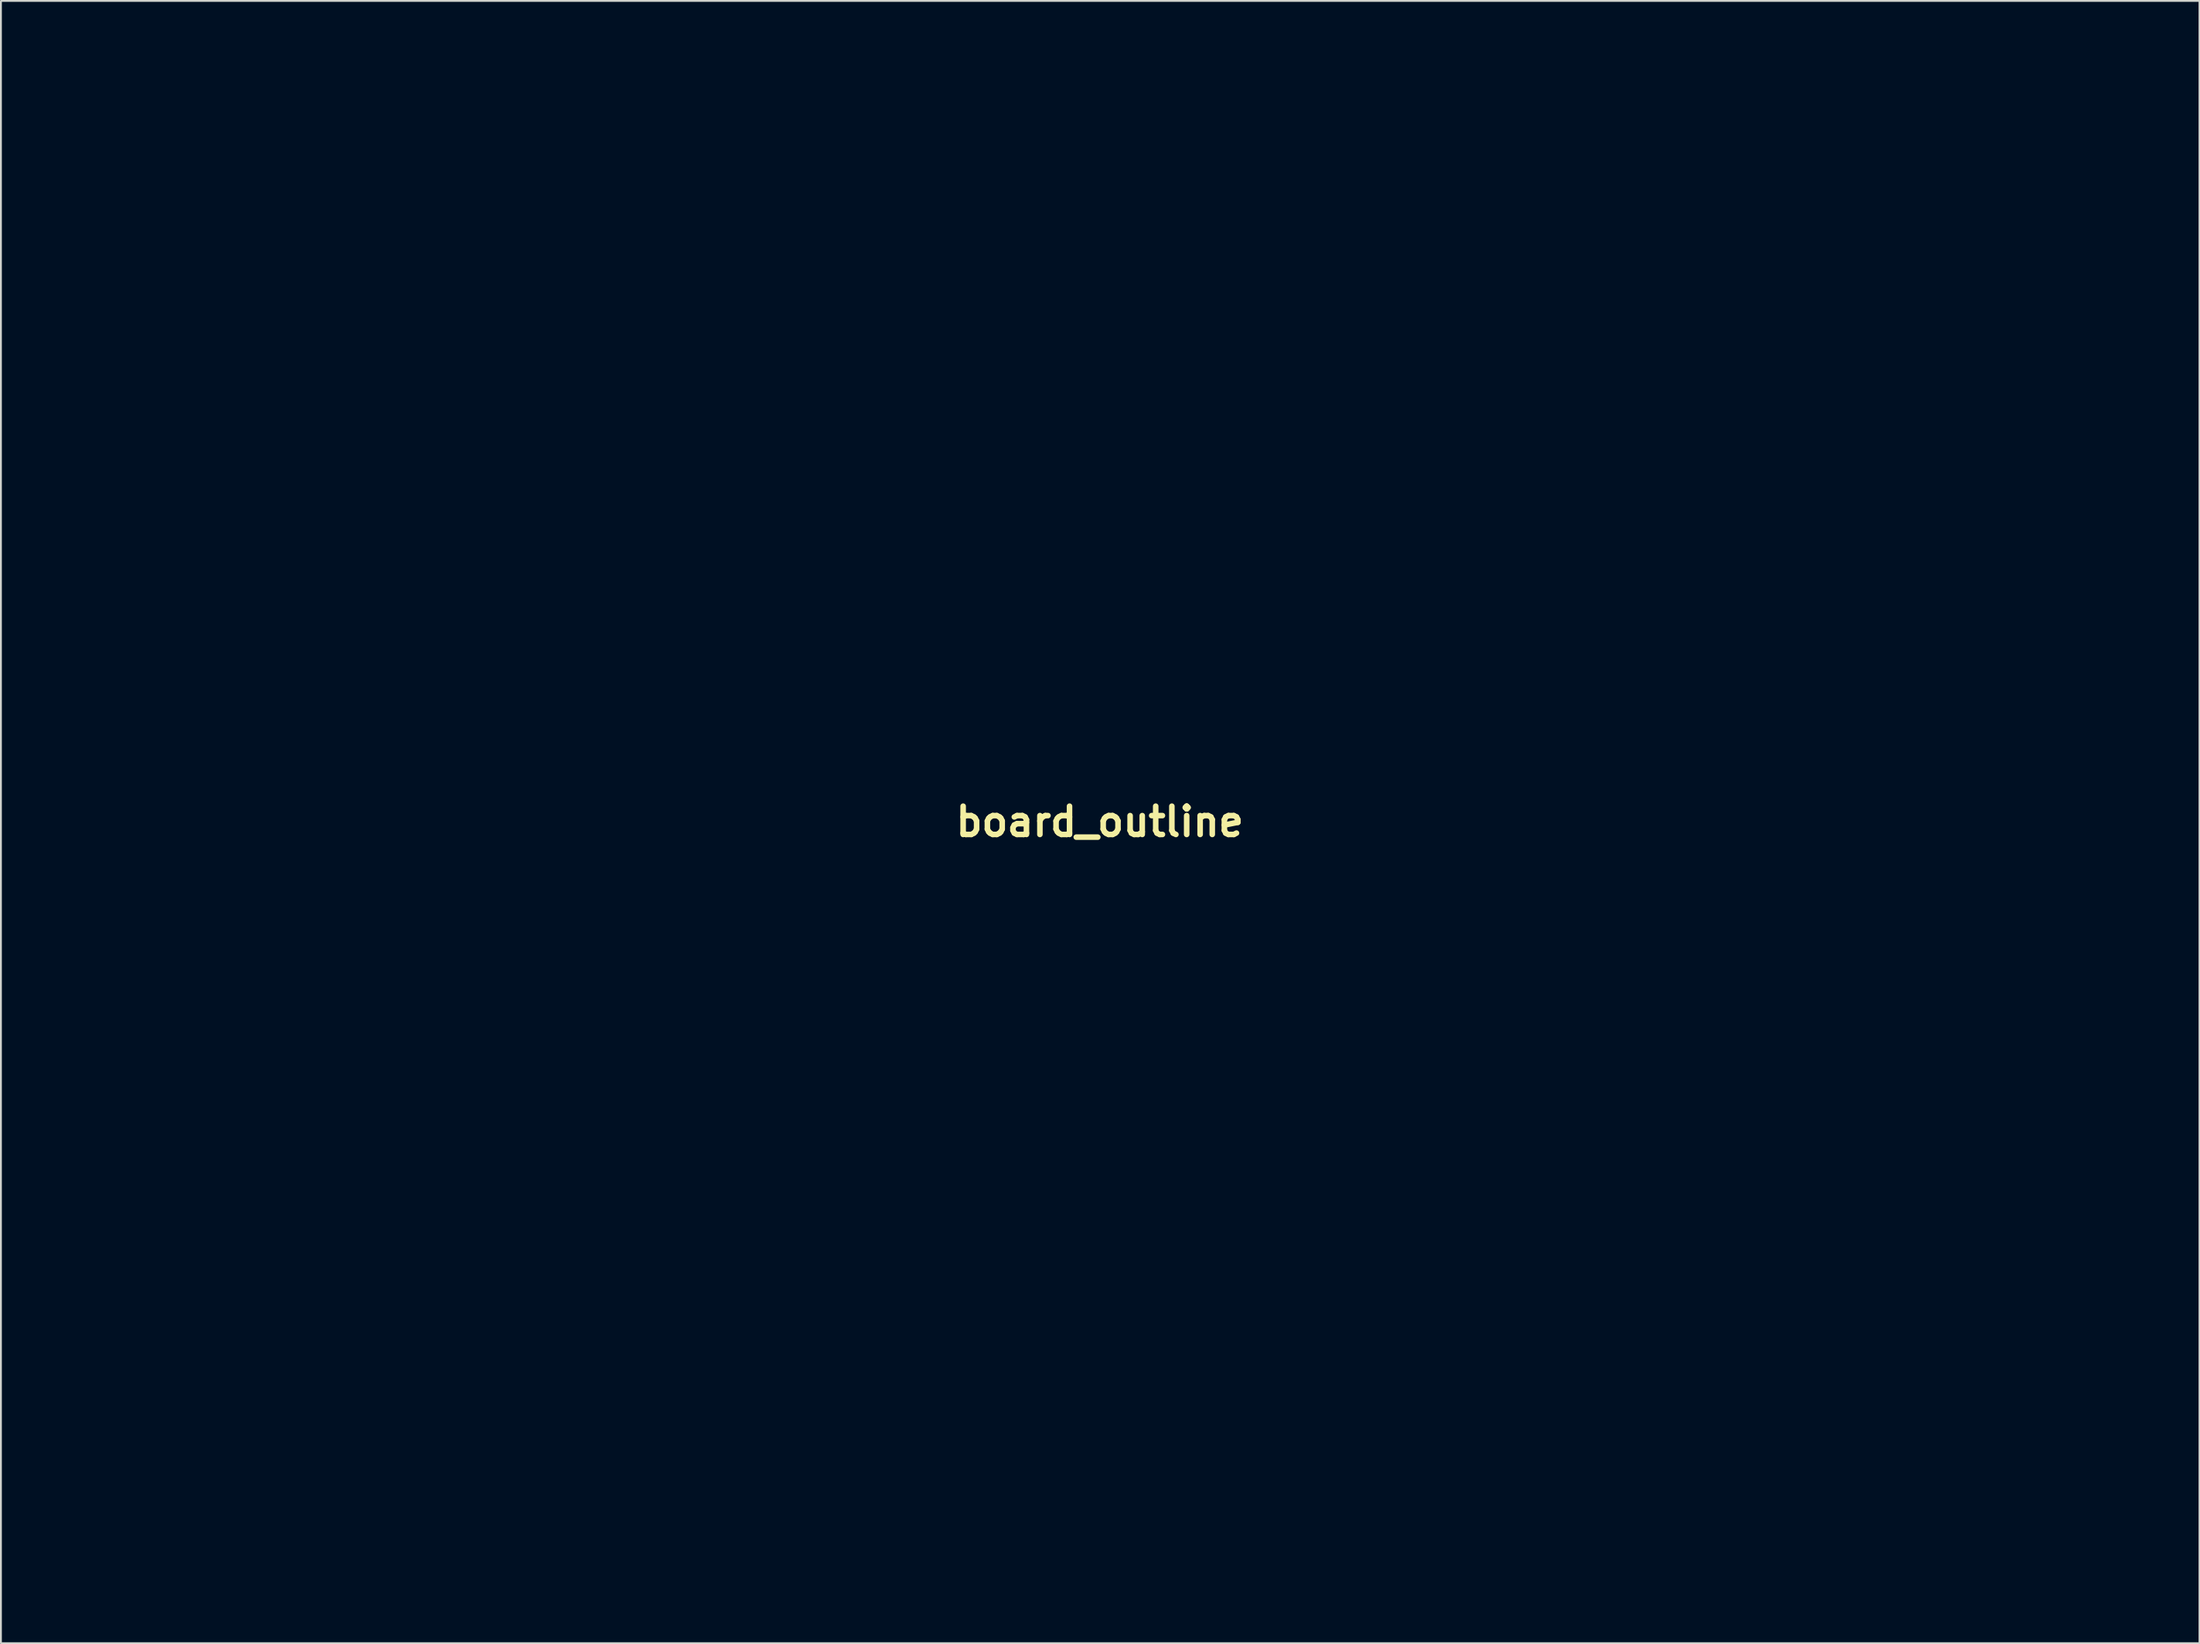
<source format=kicad_pcb>
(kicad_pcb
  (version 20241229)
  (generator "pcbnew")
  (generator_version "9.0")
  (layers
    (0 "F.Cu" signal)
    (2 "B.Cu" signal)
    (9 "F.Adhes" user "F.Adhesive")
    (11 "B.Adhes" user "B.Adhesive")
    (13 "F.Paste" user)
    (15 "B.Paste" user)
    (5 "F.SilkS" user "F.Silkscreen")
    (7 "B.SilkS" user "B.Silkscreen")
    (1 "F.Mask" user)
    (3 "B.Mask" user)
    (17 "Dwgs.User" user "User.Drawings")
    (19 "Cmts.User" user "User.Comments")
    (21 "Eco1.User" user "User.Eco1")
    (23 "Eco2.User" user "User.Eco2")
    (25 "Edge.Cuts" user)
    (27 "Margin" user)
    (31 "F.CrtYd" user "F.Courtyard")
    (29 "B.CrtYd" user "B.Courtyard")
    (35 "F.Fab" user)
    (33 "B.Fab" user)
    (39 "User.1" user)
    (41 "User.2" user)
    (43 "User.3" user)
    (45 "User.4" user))
  (footprint "board_outline"
    (layer "F.Cu")
    (at 56.224 41.238)
    (property "Reference" "board_outline" (at 0 0 0) (layer "F.SilkS") (effects (font (size 1.524 1.524) (thickness 0.3))))
    (attr through_hole)
    (fp_poly (pts (xy -52.384 -26.985) (xy -52.063 -26.873) (xy -51.788 -26.691) (xy -51.56 -26.439) (xy -51.426 -26.214) (xy -51.355 -26.06) (xy -51.313 -25.933) (xy -51.293 -25.799) (xy -51.287 -25.623) (xy -51.287 -25.57) (xy -51.291 -25.371) (xy -51.31 -25.223) (xy -51.348 -25.09) (xy -51.406 -24.956) (xy -51.582 -24.672) (xy -51.815 -24.438) (xy -52.091 -24.262) (xy -52.397 -24.148) (xy -52.718 -24.105) (xy -53.042 -24.138) (xy -53.07 -24.145) (xy -53.393 -24.266) (xy -53.666 -24.446) (xy -53.886 -24.675) (xy -54.049 -24.94) (xy -54.152 -25.232) (xy -54.192 -25.54) (xy -54.165 -25.852) (xy -54.068 -26.157) (xy -53.898 -26.445) (xy -53.804 -26.557) (xy -53.544 -26.788) (xy -53.256 -26.94) (xy -52.935 -27.015) (xy -52.747 -27.024) (xy -52.384 -26.985)) (stroke (width 0.01) (type solid)) (fill no) (layer "Eco2.User"))
    (fp_poly (pts (xy -1.601 14.242) (xy -1.324 14.312) (xy -1.074 14.446) (xy -0.843 14.644) (xy -0.644 14.877) (xy -0.513 15.116) (xy -0.445 15.382) (xy -0.43 15.696) (xy -0.432 15.748) (xy -0.446 15.95) (xy -0.473 16.1) (xy -0.52 16.231) (xy -0.572 16.334) (xy -0.77 16.617) (xy -1.018 16.843) (xy -1.305 17.007) (xy -1.617 17.104) (xy -1.942 17.128) (xy -2.243 17.08) (xy -2.575 16.951) (xy -2.848 16.765) (xy -3.067 16.514) (xy -3.213 16.258) (xy -3.274 16.109) (xy -3.308 15.967) (xy -3.321 15.796) (xy -3.322 15.684) (xy -3.311 15.426) (xy -3.27 15.219) (xy -3.19 15.028) (xy -3.059 14.824) (xy -3.027 14.779) (xy -2.801 14.538) (xy -2.531 14.367) (xy -2.212 14.264) (xy -1.927 14.231) (xy -1.601 14.242)) (stroke (width 0.01) (type solid)) (fill no) (layer "Eco2.User"))
    (fp_poly (pts (xy -52.439 20.557) (xy -52.29 20.573) (xy -52.163 20.606) (xy -52.029 20.661) (xy -52.021 20.665) (xy -51.732 20.846) (xy -51.488 21.091) (xy -51.323 21.345) (xy -51.226 21.616) (xy -51.184 21.921) (xy -51.199 22.23) (xy -51.265 22.489) (xy -51.357 22.674) (xy -51.493 22.87) (xy -51.651 23.054) (xy -51.812 23.201) (xy -51.917 23.271) (xy -52.239 23.392) (xy -52.585 23.442) (xy -52.93 23.418) (xy -53.052 23.39) (xy -53.303 23.295) (xy -53.526 23.148) (xy -53.72 22.962) (xy -53.919 22.693) (xy -54.042 22.396) (xy -54.092 22.096) (xy -54.081 21.761) (xy -53.994 21.45) (xy -53.828 21.147) (xy -53.788 21.091) (xy -53.658 20.932) (xy -53.527 20.818) (xy -53.359 20.718) (xy -53.312 20.695) (xy -53.162 20.625) (xy -53.04 20.583) (xy -52.913 20.561) (xy -52.75 20.553) (xy -52.642 20.553) (xy -52.439 20.557)) (stroke (width 0.01) (type solid)) (fill no) (layer "Eco2.User"))
    (fp_poly (pts (xy 53.037 -16.684) (xy 53.36 -16.584) (xy 53.374 -16.577) (xy 53.647 -16.41) (xy 53.886 -16.184) (xy 54.071 -15.919) (xy 54.145 -15.758) (xy 54.208 -15.499) (xy 54.224 -15.205) (xy 54.194 -14.91) (xy 54.118 -14.651) (xy 54.112 -14.636) (xy 53.978 -14.415) (xy 53.789 -14.203) (xy 53.57 -14.023) (xy 53.344 -13.899) (xy 53.327 -13.892) (xy 53.11 -13.835) (xy 52.857 -13.806) (xy 52.601 -13.806) (xy 52.373 -13.835) (xy 52.276 -13.863) (xy 51.975 -14.018) (xy 51.713 -14.243) (xy 51.501 -14.528) (xy 51.422 -14.68) (xy 51.37 -14.817) (xy 51.342 -14.968) (xy 51.33 -15.163) (xy 51.33 -15.241) (xy 51.333 -15.432) (xy 51.349 -15.573) (xy 51.384 -15.698) (xy 51.447 -15.841) (xy 51.467 -15.882) (xy 51.565 -16.052) (xy 51.682 -16.214) (xy 51.78 -16.32) (xy 52.062 -16.521) (xy 52.374 -16.65) (xy 52.704 -16.705) (xy 53.037 -16.684)) (stroke (width 0.01) (type solid)) (fill no) (layer "Eco2.User"))
    (fp_poly (pts (xy 52.685 31.184) (xy 52.842 31.202) (xy 52.973 31.238) (xy 53.061 31.275) (xy 53.357 31.446) (xy 53.587 31.662) (xy 53.763 31.934) (xy 53.772 31.951) (xy 53.841 32.099) (xy 53.882 32.221) (xy 53.903 32.347) (xy 53.911 32.511) (xy 53.911 32.618) (xy 53.909 32.812) (xy 53.895 32.953) (xy 53.865 33.074) (xy 53.81 33.205) (xy 53.77 33.287) (xy 53.589 33.563) (xy 53.352 33.787) (xy 53.071 33.951) (xy 52.76 34.051) (xy 52.434 34.081) (xy 52.104 34.035) (xy 52.041 34.017) (xy 51.732 33.878) (xy 51.466 33.671) (xy 51.254 33.407) (xy 51.117 33.123) (xy 51.037 32.831) (xy 51.019 32.564) (xy 51.063 32.289) (xy 51.104 32.148) (xy 51.243 31.854) (xy 51.449 31.591) (xy 51.707 31.379) (xy 51.85 31.297) (xy 51.983 31.237) (xy 52.102 31.202) (xy 52.238 31.184) (xy 52.422 31.179) (xy 52.472 31.179) (xy 52.685 31.184)) (stroke (width 0.01) (type solid)) (fill no) (layer "Eco2.User"))
    (fp_poly (pts (xy -1.682 -32.741) (xy -1.533 -32.725) (xy -1.407 -32.693) (xy -1.274 -32.637) (xy -1.262 -32.632) (xy -0.989 -32.463) (xy -0.75 -32.237) (xy -0.568 -31.976) (xy -0.549 -31.941) (xy -0.499 -31.827) (xy -0.468 -31.718) (xy -0.451 -31.586) (xy -0.445 -31.407) (xy -0.445 -31.305) (xy -0.448 -31.093) (xy -0.46 -30.94) (xy -0.485 -30.822) (xy -0.527 -30.715) (xy -0.54 -30.688) (xy -0.726 -30.392) (xy -0.965 -30.16) (xy -1.218 -30.006) (xy -1.401 -29.924) (xy -1.561 -29.879) (xy -1.744 -29.859) (xy -1.819 -29.856) (xy -2.005 -29.859) (xy -2.181 -29.876) (xy -2.307 -29.902) (xy -2.496 -29.973) (xy -2.648 -30.058) (xy -2.803 -30.181) (xy -2.846 -30.219) (xy -3.078 -30.481) (xy -3.237 -30.774) (xy -3.322 -31.086) (xy -3.335 -31.407) (xy -3.275 -31.725) (xy -3.141 -32.028) (xy -2.935 -32.304) (xy -2.837 -32.401) (xy -2.632 -32.562) (xy -2.428 -32.667) (xy -2.198 -32.725) (xy -1.916 -32.744) (xy -1.884 -32.744) (xy -1.682 -32.741)) (stroke (width 0.01) (type solid)) (fill no) (layer "Eco2.User"))
    (fp_poly (pts (xy 56.261 41.275) (xy 48.821 41.268) (xy 48.037 41.267) (xy 47.278 41.266) (xy 46.548 41.265) (xy 45.85 41.264) (xy 45.19 41.263) (xy 44.572 41.261) (xy 43.999 41.26) (xy 43.475 41.258) (xy 43.006 41.257) (xy 42.594 41.255) (xy 42.245 41.254) (xy 41.961 41.252) (xy 41.748 41.251) (xy 41.61 41.249) (xy 41.55 41.248) (xy 41.55 41.247) (xy 42.1 41.201) (xy 42.582 41.156) (xy 43.011 41.11) (xy 43.405 41.061) (xy 43.78 41.007) (xy 44.152 40.946) (xy 44.537 40.875) (xy 44.784 40.826) (xy 45.538 40.664) (xy 46.244 40.489) (xy 46.918 40.295) (xy 47.575 40.076) (xy 48.231 39.827) (xy 48.9 39.542) (xy 49.6 39.216) (xy 50.344 38.842) (xy 50.567 38.726) (xy 51.098 38.442) (xy 51.681 38.119) (xy 52.299 37.767) (xy 52.936 37.396) (xy 53.575 37.016) (xy 54.199 36.637) (xy 54.79 36.269) (xy 55.333 35.923) (xy 55.626 35.731) (xy 55.788 35.626) (xy 55.96 35.52) (xy 56.06 35.46) (xy 56.261 35.345) (xy 56.261 41.275)) (stroke (width 0.01) (type solid)) (fill no) (layer "Eco2.User"))
    (fp_poly (pts (xy -40.143 -41.226) (xy -38.989 -41.226) (xy -37.861 -41.225) (xy -36.76 -41.224) (xy -35.691 -41.223) (xy -34.655 -41.222) (xy -33.655 -41.221) (xy -32.694 -41.219) (xy -31.775 -41.218) (xy -30.9 -41.216) (xy -30.073 -41.214) (xy -29.295 -41.213) (xy -28.57 -41.211) (xy -27.9 -41.209) (xy -27.288 -41.207) (xy -26.737 -41.205) (xy -26.25 -41.202) (xy -25.828 -41.2) (xy -25.476 -41.198) (xy -25.195 -41.196) (xy -24.989 -41.193) (xy -24.86 -41.191) (xy -24.811 -41.189) (xy -24.828 -41.187) (xy -26.604 -41.085) (xy -28.354 -40.937) (xy -30.07 -40.743) (xy -31.747 -40.504) (xy -33.377 -40.222) (xy -34.953 -39.897) (xy -36.468 -39.531) (xy -37.915 -39.124) (xy -37.952 -39.113) (xy -39.126 -38.738) (xy -40.265 -38.336) (xy -41.374 -37.903) (xy -42.46 -37.436) (xy -43.528 -36.931) (xy -44.586 -36.384) (xy -45.638 -35.793) (xy -46.691 -35.153) (xy -47.751 -34.46) (xy -48.824 -33.713) (xy -49.916 -32.906) (xy -51.033 -32.037) (xy -52.18 -31.101) (xy -53.311 -30.143) (xy -53.657 -29.844) (xy -53.947 -29.594) (xy -54.189 -29.385) (xy -54.392 -29.209) (xy -54.564 -29.06) (xy -54.713 -28.93) (xy -54.847 -28.812) (xy -54.974 -28.7) (xy -55.103 -28.585) (xy -55.242 -28.461) (xy -55.351 -28.363) (xy -55.539 -28.195) (xy -55.721 -28.033) (xy -55.88 -27.892) (xy -55.999 -27.787) (xy -56.033 -27.757) (xy -56.219 -27.595) (xy -56.219 -41.233) (xy -40.143 -41.226)) (stroke (width 0.01) (type solid)) (fill no) (layer "Eco2.User"))
    (fp_poly (pts (xy -1.46 -33.723) (xy -1.033 -33.617) (xy -0.642 -33.435) (xy -0.284 -33.177) (xy -0.143 -33.045) (xy 0.149 -32.697) (xy 0.369 -32.312) (xy 0.514 -31.901) (xy 0.581 -31.471) (xy 0.569 -31.032) (xy 0.511 -30.724) (xy 0.358 -30.287) (xy 0.14 -29.898) (xy -0.137 -29.561) (xy -0.468 -29.283) (xy -0.844 -29.069) (xy -1.261 -28.924) (xy -1.711 -28.854) (xy -1.727 -28.853) (xy -1.921 -28.849) (xy -2.114 -28.855) (xy -2.264 -28.872) (xy -2.704 -28.991) (xy -3.107 -29.181) (xy -3.466 -29.434) (xy -3.773 -29.744) (xy -4.02 -30.104) (xy -4.2 -30.507) (xy -4.251 -30.68) (xy -4.296 -30.938) (xy -4.315 -31.24) (xy -4.312 -31.364) (xy -3.396 -31.364) (xy -3.376 -31.044) (xy -3.286 -30.732) (xy -3.123 -30.44) (xy -3.02 -30.312) (xy -2.745 -30.062) (xy -2.439 -29.889) (xy -2.112 -29.793) (xy -1.77 -29.777) (xy -1.422 -29.844) (xy -1.357 -29.865) (xy -1.13 -29.976) (xy -0.9 -30.141) (xy -0.699 -30.335) (xy -0.597 -30.465) (xy -0.438 -30.775) (xy -0.357 -31.098) (xy -0.348 -31.422) (xy -0.408 -31.737) (xy -0.533 -32.033) (xy -0.718 -32.298) (xy -0.958 -32.523) (xy -1.251 -32.696) (xy -1.522 -32.791) (xy -1.852 -32.839) (xy -2.169 -32.808) (xy -2.489 -32.697) (xy -2.526 -32.68) (xy -2.821 -32.493) (xy -3.059 -32.257) (xy -3.235 -31.982) (xy -3.348 -31.68) (xy -3.396 -31.364) (xy -4.312 -31.364) (xy -4.307 -31.55) (xy -4.273 -31.832) (xy -4.251 -31.934) (xy -4.102 -32.347) (xy -3.885 -32.721) (xy -3.607 -33.047) (xy -3.278 -33.321) (xy -2.906 -33.533) (xy -2.501 -33.678) (xy -2.071 -33.749) (xy -1.926 -33.755) (xy -1.46 -33.723)) (stroke (width 0.01) (type solid)) (fill no) (layer "Eco2.User"))
    (fp_poly (pts (xy -52.192 19.574) (xy -51.786 19.676) (xy -51.412 19.851) (xy -51.058 20.104) (xy -50.976 20.176) (xy -50.681 20.498) (xy -50.449 20.866) (xy -50.286 21.267) (xy -50.195 21.689) (xy -50.182 22.119) (xy -50.203 22.316) (xy -50.313 22.773) (xy -50.494 23.187) (xy -50.742 23.553) (xy -51.052 23.866) (xy -51.42 24.121) (xy -51.84 24.312) (xy -51.977 24.357) (xy -52.162 24.398) (xy -52.387 24.429) (xy -52.619 24.448) (xy -52.825 24.451) (xy -52.938 24.442) (xy -53.389 24.334) (xy -53.8 24.157) (xy -54.165 23.918) (xy -54.477 23.623) (xy -54.732 23.279) (xy -54.922 22.893) (xy -55.043 22.472) (xy -55.087 22.027) (xy -54.169 22.027) (xy -54.127 22.349) (xy -54.049 22.574) (xy -53.86 22.894) (xy -53.619 23.15) (xy -53.337 23.34) (xy -53.021 23.459) (xy -52.681 23.504) (xy -52.326 23.471) (xy -52.07 23.397) (xy -51.828 23.271) (xy -51.594 23.081) (xy -51.392 22.849) (xy -51.243 22.596) (xy -51.242 22.594) (xy -51.142 22.272) (xy -51.118 21.934) (xy -51.167 21.596) (xy -51.287 21.277) (xy -51.408 21.081) (xy -51.627 20.849) (xy -51.898 20.662) (xy -52.203 20.531) (xy -52.52 20.464) (xy -52.788 20.464) (xy -52.968 20.502) (xy -53.179 20.574) (xy -53.328 20.639) (xy -53.58 20.789) (xy -53.78 20.971) (xy -53.946 21.206) (xy -54.047 21.402) (xy -54.143 21.703) (xy -54.169 22.027) (xy -55.087 22.027) (xy -55.088 22.021) (xy -55.088 22.013) (xy -55.057 21.558) (xy -54.956 21.145) (xy -54.78 20.767) (xy -54.526 20.416) (xy -54.377 20.256) (xy -54.042 19.966) (xy -53.69 19.755) (xy -53.309 19.618) (xy -52.889 19.55) (xy -52.642 19.541) (xy -52.192 19.574)) (stroke (width 0.01) (type solid)) (fill no) (layer "Eco2.User"))
    (fp_poly (pts (xy -52.279 -27.987) (xy -51.858 -27.872) (xy -51.469 -27.679) (xy -51.11 -27.407) (xy -51.007 -27.309) (xy -50.713 -26.967) (xy -50.498 -26.604) (xy -50.359 -26.212) (xy -50.292 -25.78) (xy -50.284 -25.524) (xy -50.329 -25.074) (xy -50.454 -24.649) (xy -50.657 -24.255) (xy -50.934 -23.898) (xy -51.054 -23.777) (xy -51.401 -23.506) (xy -51.789 -23.303) (xy -52.207 -23.172) (xy -52.643 -23.116) (xy -53.084 -23.138) (xy -53.316 -23.182) (xy -53.71 -23.31) (xy -54.058 -23.498) (xy -54.379 -23.756) (xy -54.49 -23.867) (xy -54.73 -24.146) (xy -54.911 -24.425) (xy -55.051 -24.738) (xy -55.11 -24.908) (xy -55.15 -25.1) (xy -55.173 -25.345) (xy -55.178 -25.569) (xy -54.25 -25.569) (xy -54.221 -25.235) (xy -54.13 -24.945) (xy -53.967 -24.677) (xy -53.864 -24.553) (xy -53.609 -24.317) (xy -53.334 -24.16) (xy -53.026 -24.074) (xy -52.683 -24.056) (xy -52.483 -24.068) (xy -52.327 -24.097) (xy -52.176 -24.152) (xy -52.061 -24.206) (xy -51.763 -24.394) (xy -51.529 -24.628) (xy -51.358 -24.898) (xy -51.25 -25.192) (xy -51.206 -25.5) (xy -51.225 -25.81) (xy -51.308 -26.114) (xy -51.454 -26.398) (xy -51.664 -26.654) (xy -51.938 -26.87) (xy -52.035 -26.927) (xy -52.164 -26.994) (xy -52.268 -27.036) (xy -52.376 -27.06) (xy -52.512 -27.07) (xy -52.703 -27.072) (xy -52.726 -27.072) (xy -53.01 -27.061) (xy -53.237 -27.02) (xy -53.432 -26.939) (xy -53.621 -26.811) (xy -53.779 -26.671) (xy -54.005 -26.416) (xy -54.154 -26.143) (xy -54.233 -25.836) (xy -54.25 -25.569) (xy -55.178 -25.569) (xy -55.179 -25.614) (xy -55.167 -25.879) (xy -55.139 -26.109) (xy -55.11 -26.23) (xy -54.931 -26.669) (xy -54.691 -27.054) (xy -54.397 -27.382) (xy -54.055 -27.647) (xy -53.67 -27.846) (xy -53.249 -27.973) (xy -52.798 -28.024) (xy -52.734 -28.025) (xy -52.279 -27.987)) (stroke (width 0.01) (type solid)) (fill no) (layer "Eco2.User"))
    (fp_poly (pts (xy -1.291 13.281) (xy -0.877 13.417) (xy -0.502 13.621) (xy -0.172 13.886) (xy 0.107 14.206) (xy 0.327 14.574) (xy 0.484 14.985) (xy 0.569 15.43) (xy 0.577 15.515) (xy 0.568 15.954) (xy 0.48 16.377) (xy 0.322 16.774) (xy 0.098 17.137) (xy -0.185 17.457) (xy -0.52 17.726) (xy -0.901 17.933) (xy -1.251 18.054) (xy -1.459 18.091) (xy -1.716 18.11) (xy -1.991 18.112) (xy -2.252 18.097) (xy -2.47 18.065) (xy -2.516 18.054) (xy -2.932 17.898) (xy -3.306 17.673) (xy -3.631 17.389) (xy -3.901 17.054) (xy -4.109 16.676) (xy -4.249 16.265) (xy -4.314 15.829) (xy -4.314 15.825) (xy -3.393 15.825) (xy -3.325 16.149) (xy -3.252 16.327) (xy -3.075 16.611) (xy -2.852 16.839) (xy -2.57 17.022) (xy -2.331 17.128) (xy -2.163 17.166) (xy -1.944 17.178) (xy -1.703 17.166) (xy -1.471 17.132) (xy -1.275 17.078) (xy -1.245 17.065) (xy -1.04 16.943) (xy -0.83 16.763) (xy -0.64 16.548) (xy -0.491 16.32) (xy -0.48 16.298) (xy -0.421 16.17) (xy -0.385 16.054) (xy -0.367 15.919) (xy -0.361 15.736) (xy -0.361 15.684) (xy -0.364 15.483) (xy -0.379 15.335) (xy -0.411 15.21) (xy -0.466 15.076) (xy -0.473 15.061) (xy -0.661 14.753) (xy -0.899 14.504) (xy -1.177 14.318) (xy -1.485 14.199) (xy -1.811 14.149) (xy -2.145 14.172) (xy -2.475 14.271) (xy -2.713 14.396) (xy -2.971 14.609) (xy -3.172 14.872) (xy -3.312 15.172) (xy -3.387 15.494) (xy -3.393 15.825) (xy -4.314 15.825) (xy -4.318 15.691) (xy -4.285 15.231) (xy -4.183 14.818) (xy -4.01 14.443) (xy -3.763 14.1) (xy -3.624 13.951) (xy -3.27 13.649) (xy -2.894 13.428) (xy -2.49 13.285) (xy -2.055 13.22) (xy -1.736 13.219) (xy -1.291 13.281)) (stroke (width 0.01) (type solid)) (fill no) (layer "Eco2.User"))
    (fp_poly (pts (xy 52.472 30.17) (xy 52.938 30.211) (xy 53.37 30.329) (xy 53.764 30.518) (xy 54.114 30.775) (xy 54.414 31.097) (xy 54.66 31.48) (xy 54.831 31.877) (xy 54.891 32.119) (xy 54.924 32.407) (xy 54.931 32.713) (xy 54.912 33.007) (xy 54.865 33.258) (xy 54.848 33.316) (xy 54.689 33.688) (xy 54.475 34.039) (xy 54.22 34.351) (xy 53.938 34.607) (xy 53.752 34.732) (xy 53.429 34.885) (xy 53.069 34.997) (xy 52.698 35.063) (xy 52.342 35.078) (xy 52.102 35.053) (xy 51.816 34.985) (xy 51.53 34.887) (xy 51.276 34.773) (xy 51.153 34.702) (xy 50.799 34.421) (xy 50.505 34.086) (xy 50.276 33.706) (xy 50.117 33.292) (xy 50.034 32.854) (xy 50.028 32.741) (xy 50.966 32.741) (xy 51.029 33.072) (xy 51.162 33.377) (xy 51.344 33.625) (xy 51.625 33.87) (xy 51.93 34.04) (xy 52.253 34.133) (xy 52.585 34.145) (xy 52.919 34.077) (xy 53.077 34.015) (xy 53.361 33.859) (xy 53.58 33.675) (xy 53.754 33.444) (xy 53.843 33.277) (xy 53.922 33.103) (xy 53.968 32.966) (xy 53.989 32.831) (xy 53.995 32.659) (xy 53.995 32.618) (xy 53.989 32.423) (xy 53.967 32.274) (xy 53.92 32.13) (xy 53.862 31.998) (xy 53.675 31.687) (xy 53.433 31.439) (xy 53.13 31.246) (xy 53.092 31.228) (xy 52.927 31.156) (xy 52.787 31.116) (xy 52.632 31.098) (xy 52.471 31.095) (xy 52.282 31.099) (xy 52.141 31.118) (xy 52.009 31.16) (xy 51.854 31.231) (xy 51.567 31.41) (xy 51.322 31.639) (xy 51.135 31.9) (xy 51.058 32.066) (xy 50.975 32.4) (xy 50.966 32.741) (xy 50.028 32.741) (xy 50.022 32.618) (xy 50.062 32.164) (xy 50.179 31.738) (xy 50.368 31.347) (xy 50.624 30.999) (xy 50.942 30.699) (xy 51.317 30.456) (xy 51.682 30.297) (xy 51.877 30.234) (xy 52.039 30.195) (xy 52.205 30.176) (xy 52.41 30.17) (xy 52.472 30.17)) (stroke (width 0.01) (type solid)) (fill no) (layer "Eco2.User"))
    (fp_poly (pts (xy 53.041 -17.681) (xy 53.48 -17.596) (xy 53.891 -17.438) (xy 53.946 -17.41) (xy 54.308 -17.173) (xy 54.62 -16.876) (xy 54.875 -16.529) (xy 55.066 -16.144) (xy 55.189 -15.732) (xy 55.235 -15.303) (xy 55.229 -15.103) (xy 55.181 -14.775) (xy 55.088 -14.435) (xy 54.962 -14.119) (xy 54.849 -13.914) (xy 54.599 -13.597) (xy 54.286 -13.315) (xy 53.928 -13.083) (xy 53.544 -12.911) (xy 53.324 -12.847) (xy 53.113 -12.813) (xy 52.86 -12.794) (xy 52.605 -12.793) (xy 52.388 -12.811) (xy 52.366 -12.814) (xy 52.264 -12.837) (xy 52.123 -12.876) (xy 52.049 -12.899) (xy 51.631 -13.073) (xy 51.26 -13.311) (xy 50.943 -13.606) (xy 50.684 -13.95) (xy 50.491 -14.334) (xy 50.369 -14.751) (xy 50.324 -15.192) (xy 50.324 -15.198) (xy 50.326 -15.238) (xy 51.252 -15.238) (xy 51.257 -15.045) (xy 51.281 -14.894) (xy 51.333 -14.744) (xy 51.378 -14.645) (xy 51.571 -14.32) (xy 51.812 -14.064) (xy 52.098 -13.877) (xy 52.423 -13.764) (xy 52.784 -13.726) (xy 52.833 -13.727) (xy 53.034 -13.741) (xy 53.197 -13.777) (xy 53.367 -13.844) (xy 53.434 -13.876) (xy 53.739 -14.073) (xy 53.991 -14.334) (xy 54.182 -14.647) (xy 54.241 -14.786) (xy 54.274 -14.918) (xy 54.289 -15.075) (xy 54.292 -15.24) (xy 54.264 -15.577) (xy 54.174 -15.868) (xy 54.014 -16.13) (xy 53.801 -16.36) (xy 53.555 -16.557) (xy 53.309 -16.682) (xy 53.041 -16.746) (xy 52.726 -16.755) (xy 52.705 -16.754) (xy 52.403 -16.719) (xy 52.151 -16.641) (xy 51.923 -16.508) (xy 51.693 -16.307) (xy 51.685 -16.3) (xy 51.475 -16.049) (xy 51.338 -15.779) (xy 51.267 -15.474) (xy 51.252 -15.238) (xy 50.326 -15.238) (xy 50.336 -15.522) (xy 50.384 -15.811) (xy 50.474 -16.097) (xy 50.59 -16.365) (xy 50.798 -16.707) (xy 51.072 -17.017) (xy 51.398 -17.281) (xy 51.762 -17.487) (xy 52.147 -17.625) (xy 52.157 -17.627) (xy 52.594 -17.692) (xy 53.041 -17.681)) (stroke (width 0.01) (type solid)) (fill no) (layer "Eco2.User"))
    (fp_poly (pts (xy 56.259 -31.655) (xy 56.257 -22.077) (xy 55.91 -21.861) (xy 55.779 -21.78) (xy 55.59 -21.662) (xy 55.358 -21.516) (xy 55.095 -21.351) (xy 54.816 -21.175) (xy 54.568 -21.018) (xy 53.669 -20.459) (xy 52.83 -19.951) (xy 52.046 -19.493) (xy 51.311 -19.081) (xy 50.621 -18.712) (xy 50.398 -18.597) (xy 49.267 -18.049) (xy 48.136 -17.56) (xy 47.013 -17.131) (xy 45.907 -16.767) (xy 44.827 -16.469) (xy 43.781 -16.242) (xy 43.752 -16.236) (xy 43.323 -16.159) (xy 42.946 -16.097) (xy 42.601 -16.048) (xy 42.27 -16.01) (xy 41.936 -15.982) (xy 41.58 -15.963) (xy 41.184 -15.949) (xy 40.729 -15.941) (xy 40.492 -15.938) (xy 40.132 -15.936) (xy 39.777 -15.936) (xy 39.443 -15.938) (xy 39.144 -15.943) (xy 38.894 -15.95) (xy 38.708 -15.958) (xy 38.65 -15.962) (xy 37.616 -16.07) (xy 36.572 -16.22) (xy 35.515 -16.412) (xy 34.44 -16.649) (xy 33.345 -16.93) (xy 32.226 -17.258) (xy 31.079 -17.634) (xy 29.901 -18.059) (xy 28.688 -18.534) (xy 27.437 -19.061) (xy 26.144 -19.641) (xy 24.805 -20.275) (xy 23.417 -20.964) (xy 21.977 -21.711) (xy 20.48 -22.516) (xy 20.299 -22.615) (xy 19.398 -23.118) (xy 18.455 -23.66) (xy 17.493 -24.227) (xy 16.535 -24.807) (xy 15.604 -25.384) (xy 15.177 -25.654) (xy 13.88 -26.484) (xy 12.653 -27.276) (xy 11.498 -28.029) (xy 10.413 -28.742) (xy 9.401 -29.417) (xy 8.462 -30.051) (xy 8.043 -30.337) (xy 7.855 -30.467) (xy 7.694 -30.577) (xy 7.554 -30.673) (xy 7.423 -30.763) (xy 7.294 -30.853) (xy 7.158 -30.947) (xy 7.006 -31.054) (xy 6.828 -31.179) (xy 6.617 -31.327) (xy 6.362 -31.507) (xy 6.055 -31.722) (xy 5.715 -31.962) (xy 5.424 -32.167) (xy 5.139 -32.367) (xy 4.872 -32.555) (xy 4.634 -32.723) (xy 4.437 -32.861) (xy 4.294 -32.962) (xy 4.255 -32.99) (xy 3.011 -33.848) (xy 1.811 -34.641) (xy 0.648 -35.372) (xy -0.484 -36.045) (xy -1.593 -36.662) (xy -2.686 -37.227) (xy -3.768 -37.744) (xy -4.847 -38.214) (xy -5.929 -38.642) (xy -7.022 -39.03) (xy -8.132 -39.381) (xy -9.265 -39.7) (xy -10.428 -39.988) (xy -10.877 -40.09) (xy -12.442 -40.404) (xy -14.07 -40.67) (xy -15.764 -40.886) (xy -17.524 -41.054) (xy -19.352 -41.172) (xy -20.045 -41.204) (xy -20.017 -41.205) (xy -19.906 -41.205) (xy -19.714 -41.206) (xy -19.443 -41.206) (xy -19.095 -41.207) (xy -18.672 -41.208) (xy -18.175 -41.208) (xy -17.606 -41.209) (xy -16.968 -41.21) (xy -16.262 -41.21) (xy -15.49 -41.211) (xy -14.654 -41.211) (xy -13.755 -41.212) (xy -12.796 -41.213) (xy -11.778 -41.213) (xy -10.704 -41.214) (xy -9.575 -41.215) (xy -8.393 -41.215) (xy -7.16 -41.216) (xy -5.878 -41.217) (xy -4.548 -41.217) (xy -3.173 -41.218) (xy -1.754 -41.218) (xy -0.293 -41.219) (xy 1.208 -41.22) (xy 2.746 -41.22) (xy 4.321 -41.221) (xy 5.93 -41.221) (xy 7.572 -41.222) (xy 9.244 -41.222) (xy 10.945 -41.223) (xy 12.673 -41.223) (xy 14.425 -41.224) (xy 16.201 -41.224) (xy 17.96 -41.224) (xy 56.261 -41.233) (xy 56.259 -31.655)) (stroke (width 0.01) (type solid)) (fill no) (layer "Eco2.User"))
    (fp_poly (pts (xy -19.743 16.235) (xy -18.132 16.318) (xy -16.569 16.442) (xy -15.068 16.607) (xy -14.986 16.617) (xy -13.471 16.833) (xy -12.026 17.083) (xy -10.641 17.37) (xy -9.309 17.696) (xy -8.019 18.063) (xy -6.763 18.474) (xy -5.532 18.931) (xy -4.317 19.436) (xy -4.212 19.483) (xy -3.539 19.791) (xy -2.817 20.142) (xy -2.062 20.527) (xy -1.292 20.936) (xy -0.523 21.361) (xy 0.226 21.791) (xy 0.72 22.085) (xy 1.119 22.328) (xy 1.504 22.564) (xy 1.879 22.797) (xy 2.25 23.03) (xy 2.621 23.266) (xy 2.999 23.51) (xy 3.387 23.764) (xy 3.791 24.032) (xy 4.217 24.317) (xy 4.668 24.623) (xy 5.15 24.953) (xy 5.668 25.31) (xy 6.228 25.698) (xy 6.834 26.121) (xy 7.491 26.581) (xy 8.204 27.082) (xy 8.979 27.627) (xy 9.356 27.893) (xy 10.547 28.726) (xy 11.685 29.508) (xy 12.777 30.244) (xy 13.832 30.939) (xy 14.858 31.599) (xy 15.865 32.229) (xy 16.86 32.835) (xy 17.853 33.422) (xy 18.85 33.996) (xy 18.923 34.037) (xy 19.178 34.181) (xy 19.439 34.329) (xy 19.687 34.47) (xy 19.898 34.59) (xy 20.016 34.657) (xy 20.179 34.749) (xy 20.313 34.823) (xy 20.401 34.87) (xy 20.429 34.883) (xy 20.47 34.902) (xy 20.572 34.956) (xy 20.721 35.037) (xy 20.905 35.138) (xy 21.008 35.195) (xy 21.348 35.382) (xy 21.752 35.597) (xy 22.206 35.835) (xy 22.696 36.088) (xy 23.21 36.35) (xy 23.734 36.614) (xy 24.254 36.874) (xy 24.758 37.122) (xy 25.232 37.352) (xy 25.662 37.558) (xy 26.036 37.732) (xy 26.099 37.761) (xy 27.158 38.234) (xy 28.158 38.661) (xy 29.107 39.046) (xy 30.014 39.391) (xy 30.889 39.7) (xy 31.742 39.976) (xy 32.581 40.221) (xy 33.415 40.439) (xy 34.255 40.632) (xy 35.11 40.804) (xy 35.968 40.954) (xy 36.222 40.992) (xy 36.54 41.035) (xy 36.898 41.079) (xy 37.278 41.122) (xy 37.658 41.163) (xy 38.018 41.198) (xy 38.336 41.227) (xy 38.593 41.245) (xy 38.608 41.246) (xy 38.576 41.247) (xy 38.461 41.247) (xy 38.264 41.248) (xy 37.988 41.248) (xy 37.634 41.249) (xy 37.204 41.25) (xy 36.699 41.25) (xy 36.121 41.251) (xy 35.472 41.251) (xy 34.753 41.252) (xy 33.967 41.253) (xy 33.114 41.253) (xy 32.197 41.254) (xy 31.217 41.254) (xy 30.176 41.255) (xy 29.076 41.256) (xy 27.917 41.256) (xy 26.703 41.257) (xy 25.434 41.257) (xy 24.112 41.258) (xy 22.74 41.259) (xy 21.318 41.259) (xy 19.848 41.26) (xy 18.332 41.26) (xy 16.772 41.261) (xy 15.17 41.261) (xy 13.526 41.262) (xy 11.843 41.262) (xy 10.122 41.263) (xy 8.366 41.263) (xy 6.575 41.264) (xy 4.752 41.264) (xy 2.897 41.265) (xy 1.014 41.265) (xy -0.897 41.266) (xy -2.834 41.266) (xy -4.795 41.266) (xy -6.779 41.267) (xy -8.689 41.267) (xy -56.219 41.275) (xy -56.219 35.518) (xy -56.218 34.63) (xy -56.218 33.826) (xy -56.217 33.101) (xy -56.215 32.454) (xy -56.213 31.883) (xy -56.21 31.385) (xy -56.207 30.958) (xy -56.203 30.6) (xy -56.199 30.309) (xy -56.194 30.082) (xy -56.188 29.917) (xy -56.182 29.812) (xy -56.175 29.764) (xy -56.172 29.76) (xy -56.122 29.732) (xy -56.011 29.647) (xy -55.844 29.509) (xy -55.621 29.319) (xy -55.346 29.079) (xy -55.021 28.791) (xy -54.992 28.765) (xy -54.86 28.65) (xy -54.689 28.5) (xy -54.501 28.338) (xy -54.358 28.215) (xy -54.178 28.062) (xy -53.999 27.906) (xy -53.842 27.77) (xy -53.746 27.685) (xy -53.655 27.607) (xy -53.51 27.483) (xy -53.323 27.324) (xy -53.105 27.14) (xy -52.866 26.94) (xy -52.642 26.752) (xy -51.531 25.838) (xy -50.464 24.99) (xy -49.434 24.202) (xy -48.434 23.473) (xy -47.459 22.797) (xy -46.502 22.172) (xy -45.557 21.594) (xy -44.617 21.059) (xy -43.677 20.563) (xy -42.73 20.103) (xy -41.769 19.675) (xy -40.79 19.275) (xy -39.784 18.901) (xy -38.746 18.547) (xy -38.354 18.421) (xy -36.984 18.018) (xy -35.545 17.65) (xy -34.049 17.321) (xy -32.504 17.03) (xy -30.921 16.781) (xy -29.308 16.574) (xy -27.676 16.412) (xy -26.437 16.321) (xy -24.751 16.236) (xy -23.065 16.193) (xy -21.392 16.193) (xy -19.743 16.235)) (stroke (width 0.01) (type solid)) (fill no) (layer "Eco2.User"))
    (fp_poly (pts (xy -20.094 -3.014) (xy -18.717 -2.956) (xy -17.372 -2.865) (xy -16.044 -2.739) (xy -14.716 -2.577) (xy -13.374 -2.379) (xy -12.918 -2.304) (xy -11.551 -2.052) (xy -10.225 -1.762) (xy -8.934 -1.432) (xy -7.671 -1.059) (xy -6.428 -0.64) (xy -5.2 -0.171) (xy -3.978 0.35) (xy -2.756 0.927) (xy -1.527 1.561) (xy -0.284 2.257) (xy 0.981 3.018) (xy 2.273 3.845) (xy 3.601 4.743) (xy 3.641 4.77) (xy 3.979 5.006) (xy 4.369 5.278) (xy 4.815 5.592) (xy 5.324 5.95) (xy 5.44 6.032) (xy 6.072 6.477) (xy 6.649 6.882) (xy 7.184 7.255) (xy 7.692 7.605) (xy 8.184 7.943) (xy 8.675 8.276) (xy 9.177 8.615) (xy 9.705 8.968) (xy 9.839 9.057) (xy 10.266 9.342) (xy 10.633 9.585) (xy 10.947 9.795) (xy 11.22 9.975) (xy 11.46 10.134) (xy 11.677 10.277) (xy 11.88 10.41) (xy 12.079 10.54) (xy 12.282 10.672) (xy 12.501 10.814) (xy 12.615 10.888) (xy 12.768 10.987) (xy 12.973 11.119) (xy 13.211 11.273) (xy 13.464 11.437) (xy 13.695 11.586) (xy 15.44 12.696) (xy 17.141 13.741) (xy 18.807 14.725) (xy 20.441 15.65) (xy 22.052 16.521) (xy 23.646 17.341) (xy 25.229 18.114) (xy 26.077 18.512) (xy 27.511 19.152) (xy 28.895 19.729) (xy 30.233 20.244) (xy 31.531 20.698) (xy 32.793 21.093) (xy 34.023 21.429) (xy 35.226 21.709) (xy 36.406 21.933) (xy 37.568 22.104) (xy 37.952 22.149) (xy 38.419 22.191) (xy 38.942 22.222) (xy 39.503 22.241) (xy 40.083 22.25) (xy 40.663 22.247) (xy 41.225 22.233) (xy 41.751 22.208) (xy 42.222 22.172) (xy 42.458 22.147) (xy 43.55 21.983) (xy 44.647 21.755) (xy 45.754 21.461) (xy 46.873 21.102) (xy 48.01 20.674) (xy 49.168 20.176) (xy 50.35 19.607) (xy 51.562 18.966) (xy 52.807 18.25) (xy 52.959 18.159) (xy 53.286 17.962) (xy 53.562 17.795) (xy 53.802 17.649) (xy 54.023 17.513) (xy 54.243 17.377) (xy 54.476 17.23) (xy 54.741 17.063) (xy 55.053 16.864) (xy 55.203 16.769) (xy 56.197 16.134) (xy 56.208 20.82) (xy 56.21 21.443) (xy 56.211 22.043) (xy 56.211 22.614) (xy 56.211 23.15) (xy 56.211 23.647) (xy 56.211 24.098) (xy 56.21 24.499) (xy 56.209 24.843) (xy 56.208 25.126) (xy 56.206 25.341) (xy 56.204 25.484) (xy 56.202 25.549) (xy 56.202 25.552) (xy 56.161 25.59) (xy 56.062 25.664) (xy 55.918 25.763) (xy 55.741 25.88) (xy 55.662 25.931) (xy 55.046 26.321) (xy 54.494 26.67) (xy 53.995 26.981) (xy 53.542 27.261) (xy 53.128 27.514) (xy 52.743 27.744) (xy 52.379 27.958) (xy 52.029 28.159) (xy 51.684 28.353) (xy 51.337 28.545) (xy 51.199 28.619) (xy 49.919 29.278) (xy 48.656 29.859) (xy 47.411 30.363) (xy 46.185 30.788) (xy 44.981 31.134) (xy 43.799 31.4) (xy 42.642 31.587) (xy 42.533 31.601) (xy 42.347 31.62) (xy 42.104 31.641) (xy 41.821 31.662) (xy 41.513 31.683) (xy 41.198 31.702) (xy 40.891 31.719) (xy 40.608 31.732) (xy 40.366 31.741) (xy 40.18 31.745) (xy 40.09 31.744) (xy 39.998 31.739) (xy 39.84 31.732) (xy 39.632 31.723) (xy 39.394 31.712) (xy 39.222 31.704) (xy 38.033 31.616) (xy 36.811 31.46) (xy 35.552 31.238) (xy 34.257 30.947) (xy 32.922 30.589) (xy 31.548 30.161) (xy 30.131 29.665) (xy 28.672 29.099) (xy 27.167 28.463) (xy 26.543 28.184) (xy 25.384 27.646) (xy 24.178 27.06) (xy 22.938 26.433) (xy 21.68 25.774) (xy 20.419 25.091) (xy 19.17 24.391) (xy 17.947 23.683) (xy 16.767 22.975) (xy 16.383 22.739) (xy 16.1 22.564) (xy 15.851 22.41) (xy 15.627 22.27) (xy 15.42 22.141) (xy 15.222 22.017) (xy 15.024 21.892) (xy 14.818 21.761) (xy 14.597 21.62) (xy 14.351 21.462) (xy 14.073 21.284) (xy 13.755 21.078) (xy 13.387 20.841) (xy 12.963 20.567) (xy 12.615 20.342) (xy 12.285 20.128) (xy 11.915 19.886) (xy 11.514 19.623) (xy 11.091 19.345) (xy 10.656 19.057) (xy 10.216 18.765) (xy 9.78 18.475) (xy 9.357 18.193) (xy 8.956 17.925) (xy 8.586 17.676) (xy 8.255 17.452) (xy 7.972 17.259) (xy 7.745 17.104) (xy 7.637 17.028) (xy 7.566 16.978) (xy 7.438 16.888) (xy 7.265 16.767) (xy 7.061 16.624) (xy 6.836 16.466) (xy 6.773 16.422) (xy 6.519 16.243) (xy 6.217 16.031) (xy 5.888 15.8) (xy 5.555 15.566) (xy 5.238 15.343) (xy 5.101 15.246) (xy 4.727 14.982) (xy 4.411 14.76) (xy 4.14 14.57) (xy 3.905 14.406) (xy 3.692 14.259) (xy 3.491 14.121) (xy 3.289 13.985) (xy 3.076 13.842) (xy 2.84 13.684) (xy 2.569 13.505) (xy 2.349 13.359) (xy 1.802 12.999) (xy 1.31 12.68) (xy 0.858 12.393) (xy 0.433 12.13) (xy 0.021 11.883) (xy -0.391 11.643) (xy -0.819 11.402) (xy -1.275 11.151) (xy -1.46 11.05) (xy -2.856 10.331) (xy -4.243 9.687) (xy -5.636 9.114) (xy -7.05 8.604) (xy -8.501 8.153) (xy -9.779 7.81) (xy -11.475 7.424) (xy -13.225 7.1) (xy -15.029 6.838) (xy -16.882 6.638) (xy -18.782 6.501) (xy -20.726 6.427) (xy -22.713 6.415) (xy -24.738 6.467) (xy -26.8 6.582) (xy -28.152 6.69) (xy -30.101 6.898) (xy -31.997 7.168) (xy -33.837 7.501) (xy -35.622 7.896) (xy -37.351 8.354) (xy -39.024 8.874) (xy -40.641 9.456) (xy -42.2 10.1) (xy -43.703 10.806) (xy -45.148 11.573) (xy -45.254 11.633) (xy -45.9 12.008) (xy -46.536 12.392) (xy -47.166 12.79) (xy -47.795 13.204) (xy -48.429 13.639) (xy -49.073 14.099) (xy -49.732 14.588) (xy -50.411 15.109) (xy -51.116 15.667) (xy -51.851 16.266) (xy -52.622 16.909) (xy -53.434 17.6) (xy -54.292 18.344) (xy -55.202 19.144) (xy -55.519 19.425) (xy -56.155 19.991) (xy -56.167 15.277) (xy -56.178 10.562) (xy -56.061 10.461) (xy -55.979 10.389) (xy -55.855 10.279) (xy -55.706 10.147) (xy -55.607 10.058) (xy -55.281 9.767) (xy -54.993 9.511) (xy -54.719 9.267) (xy -54.48 9.056) (xy -53.35 8.07) (xy -52.262 7.15) (xy -51.213 6.293) (xy -50.196 5.494) (xy -49.206 4.752) (xy -48.239 4.062) (xy -47.288 3.42) (xy -46.349 2.824) (xy -45.416 2.269) (xy -44.485 1.753) (xy -43.549 1.272) (xy -42.604 0.822) (xy -41.645 0.4) (xy -40.987 0.129) (xy -39.601 -0.39) (xy -38.148 -0.867) (xy -36.634 -1.3) (xy -35.067 -1.688) (xy -33.452 -2.028) (xy -31.798 -2.32) (xy -30.111 -2.562) (xy -28.397 -2.753) (xy -27.157 -2.857) (xy -26.639 -2.894) (xy -26.184 -2.925) (xy -25.774 -2.95) (xy -25.393 -2.971) (xy -25.022 -2.988) (xy -24.645 -3.001) (xy -24.244 -3.012) (xy -23.802 -3.021) (xy -23.303 -3.03) (xy -23.008 -3.034) (xy -21.52 -3.04) (xy -20.094 -3.014)) (stroke (width 0.01) (type solid)) (fill no) (layer "Eco2.User"))
    (fp_poly (pts (xy -22.019 -12.552) (xy -21.419 -12.549) (xy -20.832 -12.542) (xy -20.267 -12.534) (xy -19.739 -12.522) (xy -19.257 -12.508) (xy -18.836 -12.491) (xy -18.521 -12.474) (xy -16.655 -12.328) (xy -14.852 -12.126) (xy -13.111 -11.869) (xy -11.432 -11.556) (xy -9.812 -11.187) (xy -8.252 -10.763) (xy -6.749 -10.282) (xy -5.303 -9.744) (xy -4.339 -9.341) (xy -3.533 -8.977) (xy -2.739 -8.597) (xy -1.948 -8.196) (xy -1.153 -7.769) (xy -0.347 -7.313) (xy 0.477 -6.822) (xy 1.329 -6.292) (xy 2.213 -5.72) (xy 3.14 -5.099) (xy 4.115 -4.427) (xy 4.72 -4.001) (xy 4.974 -3.822) (xy 5.21 -3.655) (xy 5.436 -3.495) (xy 5.663 -3.336) (xy 5.899 -3.17) (xy 6.153 -2.992) (xy 6.435 -2.795) (xy 6.754 -2.572) (xy 7.119 -2.317) (xy 7.539 -2.024) (xy 7.797 -1.844) (xy 8.007 -1.699) (xy 8.279 -1.514) (xy 8.601 -1.296) (xy 8.964 -1.052) (xy 9.357 -0.788) (xy 9.771 -0.512) (xy 10.196 -0.229) (xy 10.621 0.053) (xy 11.037 0.328) (xy 11.434 0.589) (xy 11.801 0.83) (xy 12.128 1.044) (xy 12.323 1.17) (xy 12.525 1.3) (xy 12.765 1.455) (xy 13.031 1.626) (xy 13.309 1.806) (xy 13.588 1.986) (xy 13.853 2.157) (xy 14.092 2.312) (xy 14.291 2.441) (xy 14.439 2.536) (xy 14.485 2.566) (xy 15.803 3.402) (xy 17.171 4.238) (xy 18.574 5.064) (xy 19.993 5.871) (xy 21.412 6.648) (xy 22.815 7.387) (xy 24.184 8.078) (xy 24.786 8.371) (xy 26.021 8.954) (xy 27.197 9.485) (xy 28.321 9.968) (xy 29.402 10.405) (xy 30.445 10.798) (xy 31.458 11.15) (xy 32.447 11.464) (xy 33.42 11.742) (xy 34.383 11.987) (xy 34.502 12.016) (xy 35.111 12.154) (xy 35.676 12.273) (xy 36.22 12.374) (xy 36.764 12.463) (xy 37.332 12.542) (xy 37.947 12.617) (xy 38.396 12.665) (xy 38.67 12.687) (xy 39.009 12.704) (xy 39.398 12.715) (xy 39.822 12.721) (xy 40.263 12.722) (xy 40.706 12.717) (xy 41.134 12.708) (xy 41.531 12.695) (xy 41.882 12.676) (xy 42.169 12.653) (xy 42.249 12.644) (xy 43.31 12.493) (xy 44.326 12.299) (xy 45.321 12.057) (xy 46.32 11.761) (xy 47.346 11.404) (xy 47.371 11.395) (xy 47.963 11.167) (xy 48.55 10.926) (xy 49.137 10.669) (xy 49.732 10.392) (xy 50.34 10.091) (xy 50.969 9.762) (xy 51.625 9.404) (xy 52.314 9.011) (xy 53.043 8.58) (xy 53.818 8.109) (xy 54.647 7.593) (xy 55.534 7.029) (xy 55.647 6.956) (xy 56.197 6.603) (xy 56.208 11.292) (xy 56.21 11.915) (xy 56.211 12.515) (xy 56.211 13.086) (xy 56.211 13.623) (xy 56.211 14.12) (xy 56.211 14.571) (xy 56.21 14.972) (xy 56.209 15.317) (xy 56.208 15.6) (xy 56.206 15.815) (xy 56.204 15.959) (xy 56.202 16.024) (xy 56.202 16.027) (xy 56.16 16.065) (xy 56.051 16.144) (xy 55.879 16.261) (xy 55.65 16.412) (xy 55.368 16.594) (xy 55.038 16.803) (xy 54.666 17.038) (xy 54.256 17.295) (xy 53.814 17.569) (xy 53.573 17.718) (xy 52.417 18.41) (xy 51.302 19.036) (xy 50.223 19.599) (xy 49.171 20.102) (xy 48.141 20.549) (xy 47.126 20.943) (xy 46.27 21.237) (xy 45.961 21.332) (xy 45.593 21.437) (xy 45.188 21.545) (xy 44.769 21.651) (xy 44.36 21.749) (xy 43.984 21.834) (xy 43.664 21.899) (xy 43.64 21.903) (xy 42.67 22.051) (xy 41.654 22.149) (xy 40.616 22.195) (xy 39.579 22.188) (xy 39.37 22.18) (xy 38.324 22.111) (xy 37.259 21.992) (xy 36.174 21.825) (xy 35.064 21.607) (xy 33.929 21.338) (xy 32.764 21.017) (xy 31.567 20.643) (xy 30.336 20.215) (xy 29.068 19.731) (xy 27.759 19.191) (xy 26.409 18.595) (xy 25.013 17.94) (xy 23.569 17.227) (xy 22.075 16.453) (xy 20.527 15.619) (xy 19.706 15.164) (xy 19.065 14.804) (xy 18.48 14.469) (xy 17.93 14.149) (xy 17.397 13.832) (xy 16.859 13.505) (xy 16.297 13.157) (xy 16.217 13.108) (xy 15.967 12.952) (xy 15.729 12.803) (xy 15.516 12.67) (xy 15.342 12.562) (xy 15.221 12.486) (xy 15.19 12.467) (xy 15.067 12.39) (xy 14.908 12.29) (xy 14.709 12.163) (xy 14.462 12.004) (xy 14.162 11.811) (xy 13.802 11.579) (xy 13.42 11.332) (xy 13.165 11.167) (xy 12.911 11.003) (xy 12.675 10.85) (xy 12.473 10.72) (xy 12.322 10.623) (xy 12.301 10.609) (xy 11.596 10.152) (xy 10.839 9.654) (xy 10.043 9.124) (xy 9.223 8.573) (xy 8.393 8.01) (xy 7.567 7.444) (xy 6.76 6.886) (xy 5.987 6.345) (xy 5.715 6.153) (xy 5.052 5.685) (xy 4.449 5.262) (xy 3.902 4.88) (xy 3.401 4.535) (xy 2.94 4.22) (xy 2.513 3.932) (xy 2.113 3.666) (xy 1.731 3.417) (xy 1.362 3.181) (xy 0.998 2.952) (xy 0.632 2.727) (xy 0.576 2.693) (xy -0.845 1.86) (xy -2.249 1.107) (xy -3.639 0.431) (xy -5.02 -0.17) (xy -5.884 -0.509) (xy -7.042 -0.922) (xy -8.213 -1.294) (xy -9.41 -1.628) (xy -10.645 -1.927) (xy -11.934 -2.195) (xy -13.288 -2.435) (xy -13.547 -2.476) (xy -14.675 -2.643) (xy -15.791 -2.781) (xy -16.91 -2.894) (xy -18.047 -2.982) (xy -19.217 -3.045) (xy -20.434 -3.085) (xy -21.712 -3.103) (xy -22.204 -3.105) (xy -24.288 -3.074) (xy -26.316 -2.983) (xy -28.291 -2.83) (xy -30.217 -2.616) (xy -32.098 -2.34) (xy -33.936 -2.002) (xy -35.734 -1.601) (xy -35.877 -1.566) (xy -37.512 -1.13) (xy -39.09 -0.637) (xy -40.62 -0.085) (xy -42.11 0.53) (xy -43.567 1.212) (xy -45 1.965) (xy -46.415 2.791) (xy -47.821 3.695) (xy -49.058 4.558) (xy -49.549 4.92) (xy -50.088 5.329) (xy -50.658 5.773) (xy -51.246 6.24) (xy -51.836 6.717) (xy -52.414 7.194) (xy -52.965 7.657) (xy -53.475 8.097) (xy -53.679 8.276) (xy -53.802 8.385) (xy -53.969 8.532) (xy -54.158 8.698) (xy -54.349 8.866) (xy -54.377 8.89) (xy -54.56 9.051) (xy -54.787 9.251) (xy -55.036 9.471) (xy -55.288 9.695) (xy -55.496 9.88) (xy -56.155 10.468) (xy -56.167 5.752) (xy -56.178 1.037) (xy -56.034 0.91) (xy -55.951 0.837) (xy -55.821 0.721) (xy -55.658 0.576) (xy -55.478 0.414) (xy -55.393 0.339) (xy -55.196 0.162) (xy -54.996 -0.016) (xy -54.813 -0.178) (xy -54.666 -0.307) (xy -54.63 -0.339) (xy -54.491 -0.46) (xy -54.312 -0.616) (xy -54.116 -0.788) (xy -53.93 -0.953) (xy -53.797 -1.069) (xy -53.681 -1.171) (xy -53.573 -1.265) (xy -53.466 -1.358) (xy -53.349 -1.458) (xy -53.214 -1.572) (xy -53.053 -1.708) (xy -52.857 -1.872) (xy -52.618 -2.073) (xy -52.326 -2.317) (xy -52.171 -2.447) (xy -50.921 -3.468) (xy -49.697 -4.414) (xy -48.494 -5.289) (xy -47.305 -6.097) (xy -46.125 -6.841) (xy -44.948 -7.524) (xy -43.766 -8.151) (xy -42.575 -8.725) (xy -41.368 -9.249) (xy -40.14 -9.726) (xy -39.243 -10.042) (xy -37.98 -10.448) (xy -36.705 -10.814) (xy -35.411 -11.143) (xy -34.09 -11.437) (xy -32.735 -11.695) (xy -31.336 -11.921) (xy -29.887 -12.114) (xy -28.379 -12.278) (xy -26.805 -12.412) (xy -25.527 -12.498) (xy -25.184 -12.514) (xy -24.767 -12.528) (xy -24.291 -12.538) (xy -23.766 -12.546) (xy -23.204 -12.551) (xy -22.618 -12.553) (xy -22.019 -12.552)) (stroke (width 0.01) (type solid)) (fill no) (layer "Eco2.User"))
    (fp_poly (pts (xy -22.321 -31.614) (xy -21.789 -31.612) (xy -21.257 -31.609) (xy -20.737 -31.603) (xy -20.239 -31.596) (xy -19.774 -31.587) (xy -19.354 -31.576) (xy -18.989 -31.564) (xy -18.691 -31.551) (xy -18.542 -31.542) (xy -17.119 -31.428) (xy -15.767 -31.292) (xy -14.477 -31.132) (xy -13.238 -30.947) (xy -12.039 -30.734) (xy -10.871 -30.492) (xy -9.722 -30.219) (xy -8.582 -29.914) (xy -7.98 -29.739) (xy -7.613 -29.625) (xy -7.198 -29.488) (xy -6.755 -29.337) (xy -6.306 -29.178) (xy -5.871 -29.019) (xy -5.472 -28.867) (xy -5.127 -28.729) (xy -5.059 -28.701) (xy -4.861 -28.618) (xy -4.671 -28.539) (xy -4.514 -28.475) (xy -4.445 -28.447) (xy -4.346 -28.405) (xy -4.186 -28.334) (xy -3.982 -28.242) (xy -3.75 -28.135) (xy -3.514 -28.026) (xy -2.397 -27.482) (xy -1.274 -26.89) (xy -0.137 -26.245) (xy 1.023 -25.542) (xy 2.217 -24.775) (xy 2.793 -24.39) (xy 3.14 -24.154) (xy 3.494 -23.912) (xy 3.866 -23.656) (xy 4.263 -23.38) (xy 4.695 -23.077) (xy 5.172 -22.742) (xy 5.703 -22.367) (xy 6.054 -22.119) (xy 7.055 -21.417) (xy 8.116 -20.686) (xy 9.239 -19.925) (xy 10.428 -19.131) (xy 11.684 -18.304) (xy 13.009 -17.441) (xy 14.406 -16.542) (xy 15.007 -16.158) (xy 15.5 -15.847) (xy 16.026 -15.519) (xy 16.577 -15.182) (xy 17.138 -14.841) (xy 17.7 -14.504) (xy 18.251 -14.178) (xy 18.779 -13.869) (xy 19.273 -13.585) (xy 19.721 -13.331) (xy 20.113 -13.115) (xy 20.193 -13.072) (xy 20.303 -13.013) (xy 20.466 -12.924) (xy 20.662 -12.818) (xy 20.868 -12.706) (xy 20.892 -12.693) (xy 22.236 -11.972) (xy 23.531 -11.303) (xy 24.787 -10.681) (xy 26.016 -10.1) (xy 27.229 -9.555) (xy 28.438 -9.04) (xy 28.58 -8.981) (xy 30.105 -8.384) (xy 31.594 -7.862) (xy 33.048 -7.417) (xy 34.467 -7.047) (xy 35.854 -6.753) (xy 37.207 -6.533) (xy 38.53 -6.389) (xy 39.772 -6.321) (xy 40.955 -6.327) (xy 42.138 -6.408) (xy 43.324 -6.565) (xy 44.518 -6.8) (xy 45.722 -7.113) (xy 46.94 -7.505) (xy 48.176 -7.977) (xy 49.332 -8.483) (xy 49.483 -8.552) (xy 49.601 -8.605) (xy 49.668 -8.633) (xy 49.676 -8.636) (xy 49.719 -8.655) (xy 49.825 -8.708) (xy 49.983 -8.788) (xy 50.181 -8.89) (xy 50.407 -9.008) (xy 50.65 -9.135) (xy 50.899 -9.266) (xy 51.141 -9.394) (xy 51.365 -9.514) (xy 51.56 -9.619) (xy 51.714 -9.703) (xy 51.789 -9.745) (xy 52.723 -10.286) (xy 53.699 -10.873) (xy 54.697 -11.493) (xy 55.697 -12.134) (xy 55.7 -12.136) (xy 55.877 -12.25) (xy 56.027 -12.345) (xy 56.137 -12.413) (xy 56.194 -12.445) (xy 56.198 -12.446) (xy 56.2 -12.405) (xy 56.203 -12.284) (xy 56.205 -12.089) (xy 56.207 -11.826) (xy 56.208 -11.499) (xy 56.209 -11.115) (xy 56.21 -10.678) (xy 56.211 -10.194) (xy 56.211 -9.669) (xy 56.21 -9.107) (xy 56.21 -8.514) (xy 56.209 -7.895) (xy 56.208 -7.72) (xy 56.197 -2.993) (xy 55.88 -2.791) (xy 55.686 -2.667) (xy 55.488 -2.542) (xy 55.273 -2.405) (xy 55.027 -2.25) (xy 54.738 -2.067) (xy 54.392 -1.849) (xy 54.335 -1.813) (xy 53.286 -1.165) (xy 52.288 -0.574) (xy 51.334 -0.039) (xy 50.416 0.446) (xy 49.527 0.883) (xy 48.659 1.276) (xy 47.807 1.628) (xy 46.961 1.943) (xy 46.115 2.224) (xy 45.266 2.473) (xy 44.362 2.696) (xy 43.415 2.88) (xy 42.459 3.02) (xy 41.804 3.088) (xy 41.549 3.105) (xy 41.226 3.116) (xy 40.854 3.123) (xy 40.45 3.126) (xy 40.03 3.125) (xy 39.614 3.119) (xy 39.217 3.11) (xy 38.858 3.096) (xy 38.554 3.079) (xy 38.417 3.068) (xy 37.267 2.937) (xy 36.099 2.752) (xy 34.909 2.512) (xy 33.696 2.217) (xy 32.454 1.865) (xy 31.18 1.455) (xy 29.871 0.986) (xy 28.523 0.456) (xy 27.132 -0.135) (xy 25.695 -0.789) (xy 24.209 -1.506) (xy 23.948 -1.636) (xy 23.617 -1.803) (xy 23.256 -1.987) (xy 22.876 -2.183) (xy 22.489 -2.384) (xy 22.106 -2.584) (xy 21.74 -2.777) (xy 21.401 -2.957) (xy 21.101 -3.118) (xy 20.852 -3.255) (xy 20.666 -3.359) (xy 20.646 -3.371) (xy 20.519 -3.443) (xy 20.424 -3.494) (xy 20.381 -3.514) (xy 20.368 -3.518) (xy 20.335 -3.535) (xy 20.276 -3.567) (xy 20.186 -3.617) (xy 20.059 -3.688) (xy 19.889 -3.785) (xy 19.67 -3.909) (xy 19.397 -4.066) (xy 19.063 -4.257) (xy 18.662 -4.486) (xy 18.563 -4.543) (xy 18.298 -4.697) (xy 17.976 -4.886) (xy 17.612 -5.102) (xy 17.221 -5.336) (xy 16.819 -5.578) (xy 16.42 -5.821) (xy 16.108 -6.012) (xy 15.975 -6.094) (xy 15.789 -6.211) (xy 15.568 -6.351) (xy 15.328 -6.503) (xy 15.113 -6.64) (xy 14.865 -6.798) (xy 14.612 -6.959) (xy 14.374 -7.111) (xy 14.171 -7.24) (xy 14.044 -7.321) (xy 12.692 -8.189) (xy 11.306 -9.094) (xy 9.91 -10.022) (xy 8.524 -10.958) (xy 7.172 -11.887) (xy 5.927 -12.758) (xy 5.164 -13.295) (xy 4.464 -13.785) (xy 3.821 -14.231) (xy 3.23 -14.636) (xy 2.686 -15.005) (xy 2.183 -15.341) (xy 1.716 -15.648) (xy 1.28 -15.928) (xy 0.87 -16.186) (xy 0.48 -16.425) (xy 0.464 -16.434) (xy -0.916 -17.236) (xy -2.275 -17.963) (xy -3.623 -18.618) (xy -4.967 -19.205) (xy -6.317 -19.727) (xy -7.681 -20.188) (xy -9.069 -20.593) (xy -10.341 -20.91) (xy -11.632 -21.189) (xy -12.915 -21.43) (xy -14.205 -21.635) (xy -15.519 -21.806) (xy -16.872 -21.945) (xy -18.28 -22.054) (xy -19.135 -22.105) (xy -19.476 -22.12) (xy -19.889 -22.132) (xy -20.36 -22.142) (xy -20.876 -22.149) (xy -21.424 -22.154) (xy -21.991 -22.156) (xy -22.563 -22.156) (xy -23.127 -22.153) (xy -23.671 -22.147) (xy -24.18 -22.139) (xy -24.642 -22.129) (xy -25.044 -22.116) (xy -25.294 -22.105) (xy -27.264 -21.975) (xy -29.168 -21.794) (xy -31.007 -21.562) (xy -32.785 -21.278) (xy -34.502 -20.942) (xy -36.161 -20.554) (xy -37.763 -20.112) (xy -39.311 -19.617) (xy -40.807 -19.068) (xy -42.252 -18.465) (xy -42.473 -18.366) (xy -43.42 -17.921) (xy -44.348 -17.45) (xy -45.268 -16.947) (xy -46.186 -16.407) (xy -47.114 -15.824) (xy -48.059 -15.193) (xy -49.03 -14.508) (xy -50.036 -13.763) (xy -50.715 -13.243) (xy -51.039 -12.989) (xy -51.414 -12.685) (xy -51.833 -12.341) (xy -52.284 -11.965) (xy -52.758 -11.564) (xy -53.245 -11.149) (xy -53.735 -10.725) (xy -53.971 -10.52) (xy -54.159 -10.356) (xy -54.349 -10.19) (xy -54.52 -10.042) (xy -54.65 -9.929) (xy -54.652 -9.927) (xy -54.774 -9.821) (xy -54.939 -9.675) (xy -55.129 -9.506) (xy -55.326 -9.331) (xy -55.393 -9.271) (xy -55.576 -9.107) (xy -55.748 -8.954) (xy -55.895 -8.825) (xy -56.001 -8.732) (xy -56.032 -8.706) (xy -56.176 -8.585) (xy -56.176 -18.016) (xy -55.703 -18.438) (xy -55.51 -18.611) (xy -55.313 -18.786) (xy -55.133 -18.946) (xy -54.992 -19.072) (xy -54.969 -19.092) (xy -54.497 -19.511) (xy -54.006 -19.94) (xy -53.507 -20.373) (xy -53.008 -20.801) (xy -52.518 -21.216) (xy -52.048 -21.611) (xy -51.607 -21.977) (xy -51.204 -22.306) (xy -50.848 -22.59) (xy -50.673 -22.727) (xy -49.711 -23.459) (xy -48.793 -24.132) (xy -47.909 -24.75) (xy -47.05 -25.321) (xy -46.206 -25.851) (xy -45.367 -26.346) (xy -44.525 -26.811) (xy -43.669 -27.253) (xy -43.587 -27.294) (xy -42.08 -27.997) (xy -40.516 -28.638) (xy -38.896 -29.215) (xy -37.22 -29.73) (xy -35.489 -30.18) (xy -33.704 -30.568) (xy -31.863 -30.892) (xy -30.778 -31.05) (xy -29.579 -31.202) (xy -28.434 -31.329) (xy -27.319 -31.432) (xy -26.208 -31.514) (xy -25.076 -31.576) (xy -24.898 -31.584) (xy -24.597 -31.595) (xy -24.229 -31.603) (xy -23.807 -31.609) (xy -23.341 -31.613) (xy -22.842 -31.615) (xy -22.321 -31.614)) (stroke (width 0.01) (type solid)) (fill no) (layer "Eco2.User"))
    (fp_poly (pts (xy -21.205 -22.072) (xy -20.321 -22.06) (xy -19.495 -22.04) (xy -18.717 -22.01) (xy -17.973 -21.97) (xy -17.25 -21.918) (xy -16.537 -21.854) (xy -15.82 -21.778) (xy -15.088 -21.687) (xy -14.326 -21.582) (xy -13.652 -21.481) (xy -12.137 -21.222) (xy -10.676 -20.921) (xy -9.261 -20.575) (xy -7.883 -20.18) (xy -6.535 -19.733) (xy -5.208 -19.231) (xy -3.894 -18.67) (xy -2.583 -18.047) (xy -1.269 -17.359) (xy 0.058 -16.602) (xy 1.406 -15.774) (xy 2.286 -15.203) (xy 2.429 -15.108) (xy 2.625 -14.975) (xy 2.859 -14.816) (xy 3.114 -14.642) (xy 3.375 -14.463) (xy 3.471 -14.397) (xy 3.748 -14.206) (xy 3.973 -14.051) (xy 4.161 -13.921) (xy 4.327 -13.806) (xy 4.486 -13.695) (xy 4.654 -13.577) (xy 4.846 -13.442) (xy 5.077 -13.278) (xy 5.355 -13.081) (xy 5.589 -12.916) (xy 5.822 -12.752) (xy 6.036 -12.601) (xy 6.215 -12.476) (xy 6.329 -12.396) (xy 6.477 -12.292) (xy 6.672 -12.157) (xy 6.888 -12.006) (xy 7.103 -11.856) (xy 7.133 -11.834) (xy 7.655 -11.472) (xy 8.24 -11.071) (xy 8.881 -10.637) (xy 9.569 -10.176) (xy 10.294 -9.694) (xy 11.05 -9.195) (xy 11.827 -8.685) (xy 12.617 -8.171) (xy 12.975 -7.939) (xy 13.267 -7.75) (xy 13.554 -7.565) (xy 13.822 -7.391) (xy 14.059 -7.238) (xy 14.253 -7.112) (xy 14.391 -7.022) (xy 14.415 -7.006) (xy 15.088 -6.573) (xy 15.824 -6.112) (xy 16.605 -5.633) (xy 17.417 -5.146) (xy 18.244 -4.658) (xy 19.07 -4.18) (xy 19.882 -3.72) (xy 20.662 -3.286) (xy 21.396 -2.889) (xy 21.696 -2.731) (xy 21.878 -2.634) (xy 22.034 -2.55) (xy 22.147 -2.487) (xy 22.203 -2.454) (xy 22.204 -2.454) (xy 22.259 -2.421) (xy 22.382 -2.357) (xy 22.563 -2.264) (xy 22.792 -2.148) (xy 23.062 -2.012) (xy 23.363 -1.862) (xy 23.686 -1.702) (xy 24.022 -1.536) (xy 24.362 -1.369) (xy 24.697 -1.205) (xy 25.017 -1.049) (xy 25.315 -0.905) (xy 25.58 -0.778) (xy 25.804 -0.671) (xy 25.95 -0.603) (xy 27.177 -0.051) (xy 28.347 0.449) (xy 29.466 0.9) (xy 30.541 1.303) (xy 31.579 1.662) (xy 32.587 1.979) (xy 33.573 2.256) (xy 34.171 2.408) (xy 35.137 2.631) (xy 36.048 2.813) (xy 36.921 2.959) (xy 37.772 3.069) (xy 38.621 3.146) (xy 39.484 3.194) (xy 39.793 3.204) (xy 40.893 3.201) (xy 41.992 3.134) (xy 43.092 3) (xy 44.198 2.8) (xy 45.314 2.531) (xy 46.443 2.193) (xy 47.589 1.785) (xy 48.757 1.305) (xy 49.949 0.752) (xy 51.17 0.125) (xy 52.423 -0.577) (xy 52.557 -0.655) (xy 52.992 -0.914) (xy 53.479 -1.211) (xy 54.025 -1.548) (xy 54.632 -1.93) (xy 54.987 -2.155) (xy 55.244 -2.318) (xy 55.486 -2.471) (xy 55.701 -2.607) (xy 55.877 -2.719) (xy 56.003 -2.797) (xy 56.056 -2.83) (xy 56.219 -2.93) (xy 56.219 6.52) (xy 55.975 6.674) (xy 55.811 6.778) (xy 55.618 6.901) (xy 55.45 7.01) (xy 54.33 7.726) (xy 53.262 8.382) (xy 52.241 8.981) (xy 51.262 9.525) (xy 50.32 10.018) (xy 49.409 10.462) (xy 48.524 10.859) (xy 47.659 11.212) (xy 46.811 11.524) (xy 45.973 11.797) (xy 45.551 11.921) (xy 44.785 12.126) (xy 44.06 12.292) (xy 43.348 12.425) (xy 42.616 12.53) (xy 41.836 12.613) (xy 41.825 12.613) (xy 41.666 12.624) (xy 41.439 12.632) (xy 41.157 12.639) (xy 40.838 12.645) (xy 40.497 12.648) (xy 40.148 12.65) (xy 39.808 12.65) (xy 39.491 12.648) (xy 39.213 12.644) (xy 38.99 12.638) (xy 38.841 12.63) (xy 38.163 12.57) (xy 37.545 12.503) (xy 36.964 12.427) (xy 36.394 12.337) (xy 35.812 12.23) (xy 35.195 12.102) (xy 34.636 11.977) (xy 33.487 11.689) (xy 32.305 11.348) (xy 31.088 10.951) (xy 29.832 10.497) (xy 28.535 9.987) (xy 27.195 9.418) (xy 25.809 8.79) (xy 24.374 8.102) (xy 22.888 7.351) (xy 21.59 6.668) (xy 20.529 6.095) (xy 19.529 5.54) (xy 18.57 4.993) (xy 17.634 4.444) (xy 16.701 3.881) (xy 15.753 3.293) (xy 15.24 2.968) (xy 14.984 2.806) (xy 14.717 2.636) (xy 14.459 2.472) (xy 14.233 2.329) (xy 14.097 2.243) (xy 13.835 2.075) (xy 13.512 1.868) (xy 13.141 1.627) (xy 12.73 1.36) (xy 12.291 1.073) (xy 11.834 0.774) (xy 11.37 0.47) (xy 10.909 0.166) (xy 10.461 -0.13) (xy 10.038 -0.41) (xy 9.649 -0.669) (xy 9.305 -0.899) (xy 9.165 -0.993) (xy 8.889 -1.179) (xy 8.633 -1.352) (xy 8.389 -1.518) (xy 8.15 -1.681) (xy 7.91 -1.846) (xy 7.661 -2.017) (xy 7.396 -2.2) (xy 7.108 -2.4) (xy 6.79 -2.622) (xy 6.435 -2.87) (xy 6.037 -3.149) (xy 5.587 -3.464) (xy 5.079 -3.82) (xy 4.754 -4.048) (xy 4.043 -4.545) (xy 3.392 -4.995) (xy 2.794 -5.403) (xy 2.241 -5.774) (xy 1.726 -6.114) (xy 1.241 -6.425) (xy 0.78 -6.715) (xy 0.487 -6.895) (xy -0.121 -7.256) (xy -0.777 -7.627) (xy -1.462 -8.001) (xy -2.16 -8.367) (xy -2.852 -8.716) (xy -3.522 -9.041) (xy -4.152 -9.33) (xy -4.53 -9.495) (xy -5.905 -10.045) (xy -7.318 -10.539) (xy -8.773 -10.98) (xy -10.276 -11.367) (xy -11.833 -11.704) (xy -13.45 -11.991) (xy -14.986 -12.211) (xy -16.687 -12.399) (xy -18.442 -12.534) (xy -20.238 -12.616) (xy -22.064 -12.645) (xy -23.906 -12.622) (xy -25.752 -12.547) (xy -27.59 -12.419) (xy -29.408 -12.238) (xy -29.993 -12.168) (xy -31.788 -11.915) (xy -33.517 -11.614) (xy -35.183 -11.263) (xy -36.791 -10.861) (xy -38.345 -10.408) (xy -39.848 -9.902) (xy -40.831 -9.533) (xy -41.1 -9.426) (xy -41.338 -9.331) (xy -41.563 -9.238) (xy -41.792 -9.141) (xy -42.043 -9.032) (xy -42.335 -8.903) (xy -42.685 -8.747) (xy -42.693 -8.744) (xy -42.807 -8.691) (xy -42.981 -8.607) (xy -43.2 -8.5) (xy -43.448 -8.377) (xy -43.711 -8.246) (xy -43.794 -8.204) (xy -44.854 -7.647) (xy -45.917 -7.04) (xy -46.987 -6.379) (xy -48.07 -5.661) (xy -49.169 -4.884) (xy -50.291 -4.043) (xy -51.44 -3.135) (xy -52.621 -2.157) (xy -53.209 -1.654) (xy -53.41 -1.48) (xy -53.605 -1.313) (xy -53.777 -1.164) (xy -53.912 -1.049) (xy -53.976 -0.995) (xy -54.121 -0.87) (xy -54.313 -0.703) (xy -54.535 -0.508) (xy -54.77 -0.299) (xy -55.002 -0.092) (xy -55.056 -0.044) (xy -55.379 0.247) (xy -55.644 0.483) (xy -55.849 0.665) (xy -55.994 0.791) (xy -56.075 0.858) (xy -56.176 0.937) (xy -56.176 -8.492) (xy -55.702 -8.913) (xy -55.508 -9.086) (xy -55.312 -9.261) (xy -55.133 -9.421) (xy -54.993 -9.547) (xy -54.969 -9.567) (xy -54.833 -9.69) (xy -54.655 -9.846) (xy -54.462 -10.017) (xy -54.29 -10.166) (xy -54.081 -10.348) (xy -53.846 -10.553) (xy -53.619 -10.752) (xy -53.472 -10.88) (xy -53.298 -11.031) (xy -53.075 -11.22) (xy -52.815 -11.44) (xy -52.53 -11.679) (xy -52.23 -11.929) (xy -51.928 -12.18) (xy -51.633 -12.423) (xy -51.359 -12.648) (xy -51.115 -12.847) (xy -50.913 -13.01) (xy -50.765 -13.126) (xy -50.581 -13.269) (xy -50.386 -13.42) (xy -50.213 -13.554) (xy -50.152 -13.602) (xy -49.726 -13.925) (xy -49.248 -14.278) (xy -48.735 -14.645) (xy -48.208 -15.015) (xy -47.687 -15.371) (xy -47.19 -15.702) (xy -46.948 -15.86) (xy -45.626 -16.668) (xy -44.27 -17.417) (xy -42.876 -18.108) (xy -41.442 -18.74) (xy -39.964 -19.316) (xy -38.439 -19.835) (xy -36.864 -20.3) (xy -35.236 -20.711) (xy -33.553 -21.069) (xy -31.81 -21.374) (xy -30.005 -21.629) (xy -28.135 -21.833) (xy -27.58 -21.883) (xy -27.076 -21.925) (xy -26.604 -21.961) (xy -26.151 -21.991) (xy -25.706 -22.015) (xy -25.255 -22.035) (xy -24.787 -22.05) (xy -24.289 -22.062) (xy -23.749 -22.069) (xy -23.154 -22.074) (xy -22.493 -22.076) (xy -22.162 -22.076) (xy -21.205 -22.072)) (stroke (width 0.01) (type solid)) (fill no) (layer "Eco2.User"))
    (fp_poly (pts (xy -20.377 -41.143) (xy -18.624 -41.064) (xy -16.89 -40.935) (xy -16.87 -40.933) (xy -15.067 -40.739) (xy -13.327 -40.49) (xy -11.648 -40.186) (xy -10.027 -39.825) (xy -8.462 -39.408) (xy -6.951 -38.934) (xy -5.492 -38.403) (xy -4.082 -37.813) (xy -3.937 -37.748) (xy -3.654 -37.617) (xy -3.327 -37.462) (xy -2.971 -37.289) (xy -2.601 -37.107) (xy -2.233 -36.923) (xy -1.883 -36.745) (xy -1.566 -36.58) (xy -1.297 -36.437) (xy -1.122 -36.341) (xy -0.677 -36.087) (xy -0.256 -35.843) (xy 0.148 -35.605) (xy 0.543 -35.368) (xy 0.936 -35.126) (xy 1.332 -34.877) (xy 1.739 -34.615) (xy 2.164 -34.337) (xy 2.614 -34.037) (xy 3.095 -33.71) (xy 3.614 -33.354) (xy 4.179 -32.963) (xy 4.795 -32.532) (xy 5.47 -32.058) (xy 5.757 -31.856) (xy 6.608 -31.26) (xy 7.494 -30.646) (xy 8.408 -30.021) (xy 9.34 -29.39) (xy 10.282 -28.758) (xy 11.226 -28.131) (xy 12.163 -27.515) (xy 13.084 -26.915) (xy 13.981 -26.337) (xy 14.845 -25.786) (xy 15.668 -25.269) (xy 16.441 -24.79) (xy 17.156 -24.356) (xy 17.23 -24.312) (xy 17.656 -24.057) (xy 18.024 -23.837) (xy 18.331 -23.655) (xy 18.575 -23.512) (xy 18.753 -23.408) (xy 18.863 -23.346) (xy 18.902 -23.326) (xy 18.945 -23.306) (xy 19.038 -23.254) (xy 19.143 -23.194) (xy 19.242 -23.137) (xy 19.402 -23.046) (xy 19.61 -22.929) (xy 19.854 -22.793) (xy 20.12 -22.645) (xy 20.341 -22.522) (xy 21.729 -21.768) (xy 23.097 -21.054) (xy 24.439 -20.381) (xy 25.751 -19.754) (xy 27.027 -19.174) (xy 28.261 -18.643) (xy 29.449 -18.164) (xy 30.585 -17.739) (xy 31.39 -17.461) (xy 32.492 -17.11) (xy 33.544 -16.808) (xy 34.564 -16.55) (xy 35.567 -16.333) (xy 36.572 -16.154) (xy 37.595 -16.008) (xy 38.46 -15.911) (xy 38.7 -15.893) (xy 39.006 -15.878) (xy 39.362 -15.868) (xy 39.751 -15.861) (xy 40.157 -15.858) (xy 40.566 -15.859) (xy 40.961 -15.864) (xy 41.325 -15.872) (xy 41.645 -15.885) (xy 41.902 -15.901) (xy 41.995 -15.91) (xy 42.841 -16.017) (xy 43.674 -16.154) (xy 44.5 -16.323) (xy 45.323 -16.526) (xy 46.148 -16.765) (xy 46.981 -17.043) (xy 47.827 -17.362) (xy 48.69 -17.724) (xy 49.576 -18.13) (xy 50.49 -18.584) (xy 51.438 -19.087) (xy 52.423 -19.642) (xy 53.452 -20.25) (xy 54.529 -20.914) (xy 55.66 -21.636) (xy 55.827 -21.744) (xy 55.977 -21.84) (xy 56.1 -21.917) (xy 56.178 -21.962) (xy 56.197 -21.971) (xy 56.2 -21.93) (xy 56.203 -21.809) (xy 56.205 -21.614) (xy 56.207 -21.351) (xy 56.208 -21.024) (xy 56.209 -20.64) (xy 56.21 -20.203) (xy 56.211 -19.719) (xy 56.211 -19.194) (xy 56.21 -18.632) (xy 56.21 -18.039) (xy 56.209 -17.42) (xy 56.208 -17.246) (xy 56.197 -12.521) (xy 55.816 -12.279) (xy 55.625 -12.157) (xy 55.392 -12.01) (xy 55.15 -11.855) (xy 54.949 -11.727) (xy 53.895 -11.065) (xy 52.894 -10.459) (xy 51.941 -9.907) (xy 51.03 -9.406) (xy 50.153 -8.952) (xy 49.305 -8.542) (xy 48.479 -8.174) (xy 47.668 -7.844) (xy 46.868 -7.55) (xy 46.071 -7.287) (xy 45.27 -7.054) (xy 45.233 -7.044) (xy 44.452 -6.851) (xy 43.636 -6.685) (xy 42.766 -6.545) (xy 42.376 -6.491) (xy 42.145 -6.468) (xy 41.845 -6.449) (xy 41.489 -6.433) (xy 41.094 -6.421) (xy 40.672 -6.413) (xy 40.24 -6.409) (xy 39.811 -6.41) (xy 39.401 -6.414) (xy 39.025 -6.423) (xy 38.696 -6.437) (xy 38.43 -6.455) (xy 38.417 -6.457) (xy 37.135 -6.608) (xy 35.834 -6.824) (xy 34.51 -7.107) (xy 33.16 -7.456) (xy 31.779 -7.874) (xy 30.363 -8.361) (xy 28.907 -8.918) (xy 28.406 -9.123) (xy 27.935 -9.319) (xy 27.47 -9.517) (xy 27.029 -9.709) (xy 26.629 -9.886) (xy 26.288 -10.041) (xy 26.247 -10.06) (xy 26.045 -10.154) (xy 25.814 -10.26) (xy 25.602 -10.357) (xy 25.59 -10.362) (xy 25.328 -10.485) (xy 25.003 -10.641) (xy 24.625 -10.827) (xy 24.205 -11.037) (xy 23.755 -11.264) (xy 23.285 -11.504) (xy 22.806 -11.75) (xy 22.33 -11.998) (xy 21.866 -12.24) (xy 21.428 -12.473) (xy 21.024 -12.689) (xy 20.666 -12.885) (xy 20.637 -12.9) (xy 19.977 -13.267) (xy 19.355 -13.617) (xy 18.761 -13.956) (xy 18.186 -14.29) (xy 17.617 -14.625) (xy 17.046 -14.968) (xy 16.461 -15.325) (xy 16.342 -15.398) (xy 50.254 -15.398) (xy 50.27 -14.975) (xy 50.355 -14.551) (xy 50.504 -14.146) (xy 50.61 -13.944) (xy 50.84 -13.626) (xy 51.138 -13.339) (xy 51.486 -13.093) (xy 51.869 -12.899) (xy 52.273 -12.766) (xy 52.472 -12.727) (xy 52.62 -12.718) (xy 52.819 -12.723) (xy 53.038 -12.739) (xy 53.245 -12.766) (xy 53.377 -12.791) (xy 53.757 -12.916) (xy 54.103 -13.104) (xy 54.431 -13.363) (xy 54.545 -13.472) (xy 54.803 -13.759) (xy 54.995 -14.043) (xy 55.136 -14.35) (xy 55.222 -14.628) (xy 55.263 -14.855) (xy 55.282 -15.13) (xy 55.281 -15.417) (xy 55.26 -15.684) (xy 55.224 -15.875) (xy 55.068 -16.305) (xy 54.843 -16.692) (xy 54.557 -17.031) (xy 54.218 -17.314) (xy 53.834 -17.535) (xy 53.412 -17.688) (xy 52.961 -17.765) (xy 52.934 -17.767) (xy 52.497 -17.758) (xy 52.073 -17.67) (xy 51.673 -17.511) (xy 51.305 -17.287) (xy 50.978 -17.005) (xy 50.7 -16.672) (xy 50.48 -16.293) (xy 50.327 -15.875) (xy 50.308 -15.801) (xy 50.254 -15.398) (xy 16.342 -15.398) (xy 15.853 -15.702) (xy 15.211 -16.105) (xy 14.524 -16.541) (xy 13.782 -17.017) (xy 13.441 -17.236) (xy 12.464 -17.868) (xy 11.55 -18.464) (xy 10.69 -19.029) (xy 9.874 -19.571) (xy 9.092 -20.096) (xy 8.334 -20.61) (xy 7.592 -21.119) (xy 6.854 -21.632) (xy 6.16 -22.12) (xy 5.786 -22.383) (xy 5.469 -22.607) (xy 5.196 -22.799) (xy 4.954 -22.969) (xy 4.731 -23.126) (xy 4.515 -23.278) (xy 4.424 -23.341) (xy 3.461 -24.009) (xy 2.552 -24.624) (xy 1.69 -25.19) (xy 0.866 -25.713) (xy 0.073 -26.196) (xy -0.697 -26.645) (xy -1.453 -27.063) (xy -2.202 -27.456) (xy -2.952 -27.828) (xy -3.711 -28.184) (xy -4.486 -28.528) (xy -4.741 -28.637) (xy -5.036 -28.761) (xy -5.294 -28.868) (xy -5.53 -28.963) (xy -5.763 -29.053) (xy -6.009 -29.144) (xy -6.284 -29.243) (xy -6.606 -29.356) (xy -6.985 -29.487) (xy -8.305 -29.909) (xy -9.697 -30.289) (xy -11.161 -30.626) (xy -12.693 -30.92) (xy -13.778 -31.09) (xy -4.392 -31.09) (xy -4.319 -30.671) (xy -4.167 -30.257) (xy -4.155 -30.232) (xy -3.913 -29.824) (xy -3.612 -29.478) (xy -3.257 -29.194) (xy -2.85 -28.977) (xy -2.485 -28.852) (xy -2.261 -28.812) (xy -1.989 -28.794) (xy -1.7 -28.797) (xy -1.429 -28.823) (xy -1.28 -28.85) (xy -0.866 -28.99) (xy -0.482 -29.207) (xy -0.124 -29.503) (xy -0.083 -29.544) (xy 0.217 -29.899) (xy 0.436 -30.281) (xy 0.578 -30.693) (xy 0.642 -31.139) (xy 0.647 -31.305) (xy 0.611 -31.759) (xy 0.502 -32.175) (xy 0.316 -32.559) (xy 0.052 -32.918) (xy -0.103 -33.084) (xy -0.45 -33.381) (xy -0.812 -33.599) (xy -1.201 -33.742) (xy -1.627 -33.813) (xy -1.886 -33.824) (xy -2.328 -33.786) (xy -2.741 -33.674) (xy -3.119 -33.498) (xy -3.458 -33.264) (xy -3.753 -32.981) (xy -3.999 -32.656) (xy -4.19 -32.296) (xy -4.323 -31.91) (xy -4.392 -31.506) (xy -4.392 -31.09) (xy -13.778 -31.09) (xy -14.294 -31.171) (xy -15.962 -31.379) (xy -17.696 -31.543) (xy -18.923 -31.63) (xy -19.187 -31.643) (xy -19.525 -31.654) (xy -19.925 -31.663) (xy -20.376 -31.671) (xy -20.866 -31.676) (xy -21.386 -31.68) (xy -21.922 -31.682) (xy -22.465 -31.682) (xy -23.003 -31.68) (xy -23.524 -31.676) (xy -24.018 -31.67) (xy -24.473 -31.663) (xy -24.878 -31.654) (xy -25.222 -31.642) (xy -25.485 -31.63) (xy -27.382 -31.494) (xy -29.208 -31.315) (xy -30.967 -31.093) (xy -32.659 -30.826) (xy -34.289 -30.515) (xy -35.857 -30.16) (xy -37.367 -29.758) (xy -38.821 -29.311) (xy -38.919 -29.279) (xy -40.204 -28.827) (xy -41.445 -28.342) (xy -42.652 -27.816) (xy -43.834 -27.245) (xy -45.002 -26.624) (xy -46.165 -25.947) (xy -47.332 -25.21) (xy -48.515 -24.406) (xy -49.722 -23.532) (xy -49.847 -23.437) (xy -50.282 -23.106) (xy -50.767 -22.725) (xy -51.292 -22.304) (xy -51.845 -21.852) (xy -52.416 -21.379) (xy -52.993 -20.893) (xy -53.566 -20.404) (xy -54.124 -19.92) (xy -54.63 -19.473) (xy -55.014 -19.132) (xy -55.362 -18.824) (xy -55.665 -18.556) (xy -55.917 -18.336) (xy -55.975 -18.285) (xy -56.176 -18.111) (xy -56.176 -25.548) (xy -55.244 -25.548) (xy -55.239 -25.322) (xy -55.223 -25.145) (xy -55.187 -24.981) (xy -55.129 -24.794) (xy -55.124 -24.779) (xy -55.018 -24.502) (xy -54.907 -24.279) (xy -54.772 -24.083) (xy -54.596 -23.884) (xy -54.476 -23.766) (xy -54.111 -23.465) (xy -53.718 -23.244) (xy -53.303 -23.103) (xy -52.867 -23.044) (xy -52.415 -23.067) (xy -52.248 -23.096) (xy -51.801 -23.228) (xy -51.398 -23.432) (xy -51.041 -23.703) (xy -50.736 -24.038) (xy -50.487 -24.433) (xy -50.309 -24.85) (xy -50.268 -24.998) (xy -50.243 -25.17) (xy -50.231 -25.39) (xy -50.229 -25.569) (xy -50.256 -26.007) (xy -50.343 -26.395) (xy -50.494 -26.746) (xy -50.717 -27.077) (xy -50.965 -27.351) (xy -51.326 -27.656) (xy -51.715 -27.883) (xy -52.127 -28.03) (xy -52.556 -28.097) (xy -52.996 -28.083) (xy -53.442 -27.987) (xy -53.875 -27.814) (xy -54.248 -27.584) (xy -54.576 -27.289) (xy -54.851 -26.94) (xy -55.063 -26.548) (xy -55.182 -26.204) (xy -55.211 -26.051) (xy -55.232 -25.846) (xy -55.243 -25.624) (xy -55.244 -25.548) (xy -56.176 -25.548) (xy -56.176 -27.55) (xy -55.681 -27.988) (xy -55.487 -28.16) (xy -55.293 -28.332) (xy -55.118 -28.487) (xy -54.982 -28.608) (xy -54.948 -28.639) (xy -54.807 -28.763) (xy -54.633 -28.918) (xy -54.452 -29.078) (xy -54.374 -29.148) (xy -53.192 -30.181) (xy -52.048 -31.145) (xy -50.939 -32.043) (xy -49.858 -32.88) (xy -48.8 -33.658) (xy -47.76 -34.38) (xy -46.733 -35.051) (xy -45.712 -35.672) (xy -44.693 -36.248) (xy -43.67 -36.782) (xy -42.639 -37.276) (xy -41.593 -37.735) (xy -40.527 -38.162) (xy -39.435 -38.56) (xy -38.676 -38.815) (xy -37.226 -39.255) (xy -35.711 -39.651) (xy -34.137 -40.003) (xy -32.513 -40.311) (xy -30.847 -40.572) (xy -29.145 -40.788) (xy -27.416 -40.956) (xy -25.667 -41.076) (xy -23.906 -41.148) (xy -22.14 -41.17) (xy -20.377 -41.143)) (stroke (width 0.01) (type solid)) (fill no) (layer "Eco2.User"))
    (fp_poly (pts (xy -20.994 6.494) (xy -19.014 6.559) (xy -17.088 6.689) (xy -15.215 6.883) (xy -13.395 7.14) (xy -11.626 7.462) (xy -9.907 7.848) (xy -9.647 7.913) (xy -8.379 8.258) (xy -7.142 8.643) (xy -5.928 9.072) (xy -4.728 9.549) (xy -3.533 10.077) (xy -2.335 10.661) (xy -1.126 11.303) (xy 0.104 12.009) (xy 1.362 12.783) (xy 2.133 13.279) (xy 2.348 13.422) (xy 2.624 13.609) (xy 2.955 13.834) (xy 3.331 14.093) (xy 3.747 14.381) (xy 4.194 14.691) (xy 4.665 15.02) (xy 5.153 15.361) (xy 5.649 15.709) (xy 5.775 15.798) (xy 5.969 15.934) (xy 6.179 16.082) (xy 6.369 16.216) (xy 6.413 16.247) (xy 6.547 16.341) (xy 6.732 16.47) (xy 6.95 16.623) (xy 7.183 16.786) (xy 7.366 16.914) (xy 7.531 17.028) (xy 7.758 17.183) (xy 8.038 17.373) (xy 8.364 17.593) (xy 8.726 17.837) (xy 9.116 18.098) (xy 9.526 18.372) (xy 9.946 18.653) (xy 10.369 18.935) (xy 10.786 19.212) (xy 11.188 19.479) (xy 11.567 19.73) (xy 11.914 19.959) (xy 12.22 20.161) (xy 12.478 20.33) (xy 12.679 20.459) (xy 12.726 20.489) (xy 12.962 20.641) (xy 13.225 20.81) (xy 13.48 20.975) (xy 13.671 21.099) (xy 13.881 21.235) (xy 14.103 21.379) (xy 14.307 21.509) (xy 14.436 21.591) (xy 14.591 21.689) (xy 14.793 21.817) (xy 15.02 21.96) (xy 15.248 22.105) (xy 15.303 22.14) (xy 16.471 22.868) (xy 17.681 23.596) (xy 18.92 24.318) (xy 20.174 25.027) (xy 21.431 25.714) (xy 22.676 26.372) (xy 23.896 26.995) (xy 25.078 27.575) (xy 26.035 28.024) (xy 27.498 28.676) (xy 28.912 29.263) (xy 30.28 29.786) (xy 31.605 30.247) (xy 32.892 30.647) (xy 34.143 30.986) (xy 35.363 31.266) (xy 36.556 31.489) (xy 37.725 31.654) (xy 38.227 31.708) (xy 38.53 31.732) (xy 38.899 31.752) (xy 39.313 31.767) (xy 39.754 31.777) (xy 40.202 31.783) (xy 40.638 31.782) (xy 41.042 31.777) (xy 41.395 31.765) (xy 41.593 31.754) (xy 42.532 31.665) (xy 43.474 31.527) (xy 44.423 31.34) (xy 45.381 31.1) (xy 46.353 30.807) (xy 47.343 30.46) (xy 48.356 30.055) (xy 49.394 29.592) (xy 50.463 29.07) (xy 51.566 28.486) (xy 52.708 27.839) (xy 53.891 27.128) (xy 55.121 26.35) (xy 55.181 26.311) (xy 55.384 26.18) (xy 55.616 26.033) (xy 55.831 25.896) (xy 55.869 25.872) (xy 56.219 25.653) (xy 56.218 30.469) (xy 56.218 35.285) (xy 55.721 35.6) (xy 55.316 35.857) (xy 54.971 36.075) (xy 54.676 36.261) (xy 54.419 36.422) (xy 54.191 36.565) (xy 53.98 36.695) (xy 53.775 36.821) (xy 53.565 36.948) (xy 53.339 37.083) (xy 53.087 37.233) (xy 52.798 37.405) (xy 52.75 37.433) (xy 51.995 37.873) (xy 51.242 38.293) (xy 50.503 38.687) (xy 49.792 39.048) (xy 49.121 39.371) (xy 48.503 39.648) (xy 48.472 39.661) (xy 47.514 40.031) (xy 46.495 40.354) (xy 45.424 40.628) (xy 44.31 40.852) (xy 43.163 41.024) (xy 41.992 41.142) (xy 40.807 41.206) (xy 39.618 41.213) (xy 38.87 41.188) (xy 37.382 41.073) (xy 35.884 40.874) (xy 34.377 40.592) (xy 32.861 40.227) (xy 32.533 40.138) (xy 31.972 39.976) (xy 31.422 39.808) (xy 30.873 39.628) (xy 30.317 39.435) (xy 29.746 39.225) (xy 29.151 38.995) (xy 28.523 38.741) (xy 27.854 38.459) (xy 27.135 38.147) (xy 26.358 37.802) (xy 25.59 37.454) (xy 25.11 37.229) (xy 24.567 36.966) (xy 23.972 36.67) (xy 23.335 36.346) (xy 22.666 36) (xy 21.976 35.637) (xy 21.274 35.262) (xy 20.571 34.882) (xy 19.877 34.501) (xy 19.202 34.124) (xy 18.556 33.758) (xy 17.949 33.408) (xy 17.505 33.146) (xy 16.897 32.782) (xy 16.589 32.597) (xy 49.976 32.597) (xy 49.986 32.943) (xy 50.025 33.232) (xy 50.099 33.49) (xy 50.216 33.742) (xy 50.382 34.015) (xy 50.386 34.02) (xy 50.676 34.379) (xy 51.022 34.677) (xy 51.417 34.908) (xy 51.854 35.068) (xy 51.858 35.069) (xy 52.062 35.106) (xy 52.314 35.127) (xy 52.582 35.131) (xy 52.83 35.118) (xy 53.001 35.092) (xy 53.436 34.953) (xy 53.834 34.742) (xy 54.189 34.466) (xy 54.491 34.132) (xy 54.734 33.748) (xy 54.91 33.32) (xy 54.923 33.277) (xy 54.964 33.07) (xy 54.986 32.811) (xy 54.99 32.531) (xy 54.975 32.261) (xy 54.941 32.03) (xy 54.923 31.959) (xy 54.756 31.53) (xy 54.522 31.146) (xy 54.23 30.812) (xy 53.889 30.535) (xy 53.505 30.321) (xy 53.087 30.175) (xy 52.644 30.105) (xy 52.472 30.099) (xy 52.017 30.14) (xy 51.588 30.258) (xy 51.191 30.449) (xy 50.833 30.708) (xy 50.523 31.029) (xy 50.266 31.409) (xy 50.114 31.729) (xy 50.056 31.878) (xy 50.017 32.001) (xy 49.994 32.121) (xy 49.981 32.264) (xy 49.977 32.452) (xy 49.976 32.597) (xy 16.589 32.597) (xy 16.348 32.451) (xy 15.845 32.145) (xy 15.375 31.854) (xy 14.922 31.57) (xy 14.473 31.284) (xy 14.015 30.987) (xy 13.532 30.67) (xy 13.012 30.325) (xy 12.765 30.16) (xy 12.458 29.955) (xy 12.187 29.774) (xy 11.944 29.61) (xy 11.72 29.46) (xy 11.507 29.315) (xy 11.297 29.171) (xy 11.08 29.022) (xy 10.849 28.862) (xy 10.594 28.684) (xy 10.308 28.484) (xy 9.982 28.256) (xy 9.608 27.992) (xy 9.176 27.689) (xy 8.961 27.538) (xy 8.695 27.351) (xy 8.439 27.171) (xy 8.205 27.006) (xy 8.005 26.865) (xy 7.85 26.756) (xy 7.756 26.691) (xy 7.338 26.397) (xy 6.983 26.148) (xy 6.683 25.938) (xy 6.434 25.764) (xy 6.228 25.62) (xy 6.06 25.503) (xy 5.922 25.407) (xy 5.808 25.328) (xy 5.757 25.294) (xy 5.619 25.199) (xy 5.428 25.068) (xy 5.203 24.915) (xy 4.963 24.75) (xy 4.747 24.603) (xy 3.458 23.736) (xy 2.217 22.932) (xy 1.019 22.188) (xy -0.141 21.503) (xy -1.268 20.872) (xy -2.368 20.295) (xy -3.446 19.768) (xy -4.507 19.288) (xy -5.557 18.854) (xy -6.6 18.462) (xy -7.643 18.11) (xy -8.689 17.796) (xy -9.745 17.517) (xy -9.95 17.467) (xy -11.393 17.143) (xy -12.848 16.867) (xy -14.324 16.636) (xy -15.83 16.449) (xy -17.375 16.307) (xy -18.968 16.206) (xy -20.618 16.148) (xy -22.246 16.13) (xy -24.341 16.161) (xy -26.385 16.254) (xy -28.377 16.409) (xy -30.317 16.626) (xy -32.204 16.905) (xy -34.036 17.246) (xy -35.814 17.648) (xy -37.536 18.111) (xy -39.202 18.635) (xy -40.81 19.22) (xy -42.36 19.866) (xy -42.545 19.949) (xy -43.603 20.453) (xy -44.673 21.016) (xy -45.758 21.64) (xy -46.862 22.327) (xy -47.987 23.08) (xy -49.137 23.899) (xy -50.316 24.789) (xy -51.527 25.751) (xy -52.394 26.467) (xy -52.6 26.639) (xy -52.794 26.801) (xy -52.962 26.942) (xy -53.092 27.051) (xy -53.167 27.113) (xy -53.282 27.209) (xy -53.444 27.347) (xy -53.635 27.51) (xy -53.84 27.686) (xy -54.04 27.858) (xy -54.219 28.013) (xy -54.36 28.137) (xy -54.4 28.172) (xy -54.595 28.344) (xy -54.81 28.532) (xy -55.035 28.729) (xy -55.262 28.926) (xy -55.482 29.116) (xy -55.684 29.29) (xy -55.86 29.44) (xy -56.001 29.558) (xy -56.096 29.637) (xy -56.138 29.669) (xy -56.138 29.669) (xy -56.144 29.629) (xy -56.149 29.509) (xy -56.154 29.311) (xy -56.158 29.04) (xy -56.162 28.699) (xy -56.166 28.292) (xy -56.169 27.823) (xy -56.172 27.295) (xy -56.173 26.713) (xy -56.175 26.079) (xy -56.175 25.398) (xy -56.176 24.885) (xy -56.175 21.992) (xy -55.16 21.992) (xy -55.12 22.444) (xy -55.002 22.872) (xy -54.814 23.268) (xy -54.561 23.624) (xy -54.249 23.933) (xy -53.885 24.186) (xy -53.474 24.376) (xy -53.255 24.444) (xy -53.017 24.486) (xy -52.732 24.505) (xy -52.438 24.5) (xy -52.168 24.472) (xy -52.047 24.447) (xy -51.617 24.296) (xy -51.225 24.073) (xy -50.879 23.788) (xy -50.587 23.447) (xy -50.358 23.059) (xy -50.199 22.632) (xy -50.187 22.587) (xy -50.142 22.321) (xy -50.125 22.014) (xy -50.137 21.701) (xy -50.176 21.422) (xy -50.19 21.363) (xy -50.337 20.958) (xy -50.556 20.58) (xy -50.836 20.24) (xy -51.167 19.949) (xy -51.539 19.718) (xy -51.939 19.557) (xy -52.009 19.538) (xy -52.245 19.497) (xy -52.528 19.477) (xy -52.824 19.48) (xy -53.099 19.504) (xy -53.274 19.538) (xy -53.692 19.689) (xy -54.071 19.91) (xy -54.405 20.191) (xy -54.686 20.524) (xy -54.908 20.9) (xy -55.064 21.31) (xy -55.148 21.745) (xy -55.16 21.992) (xy -56.175 21.992) (xy -56.175 20.087) (xy -55.532 19.516) (xy -55.241 19.258) (xy -54.9 18.957) (xy -54.523 18.626) (xy -54.125 18.277) (xy -53.719 17.922) (xy -53.319 17.574) (xy -53.151 17.428) (xy -51.772 16.264) (xy -51.082 15.715) (xy -4.393 15.715) (xy -4.39 15.812) (xy -4.323 16.259) (xy -4.181 16.679) (xy -3.969 17.065) (xy -3.695 17.408) (xy -3.365 17.701) (xy -2.986 17.937) (xy -2.565 18.107) (xy -2.349 18.163) (xy -2.116 18.191) (xy -1.834 18.191) (xy -1.537 18.166) (xy -1.255 18.117) (xy -1.059 18.062) (xy -0.647 17.876) (xy -0.283 17.627) (xy 0.027 17.325) (xy 0.281 16.979) (xy 0.472 16.598) (xy 0.596 16.189) (xy 0.65 15.764) (xy 0.628 15.329) (xy 0.534 14.919) (xy 0.359 14.502) (xy 0.121 14.131) (xy -0.171 13.81) (xy -0.51 13.546) (xy -0.885 13.343) (xy -1.288 13.207) (xy -1.712 13.142) (xy -2.146 13.155) (xy -2.331 13.185) (xy -2.776 13.315) (xy -3.179 13.513) (xy -3.534 13.772) (xy -3.836 14.083) (xy -4.078 14.441) (xy -4.256 14.837) (xy -4.363 15.264) (xy -4.393 15.715) (xy -51.082 15.715) (xy -50.405 15.176) (xy -49.05 14.165) (xy -47.71 13.233) (xy -46.384 12.379) (xy -45.075 11.606) (xy -43.784 10.913) (xy -42.799 10.434) (xy -41.327 9.792) (xy -39.792 9.206) (xy -38.197 8.675) (xy -36.543 8.201) (xy -34.833 7.785) (xy -33.068 7.425) (xy -31.251 7.123) (xy -29.383 6.88) (xy -27.466 6.696) (xy -27.114 6.669) (xy -26.598 6.631) (xy -26.141 6.6) (xy -25.726 6.574) (xy -25.336 6.554) (xy -24.952 6.537) (xy -24.557 6.523) (xy -24.134 6.512) (xy -23.665 6.502) (xy -23.131 6.493) (xy -23.029 6.492) (xy -20.994 6.494)) (stroke (width 0.01) (type solid)) (fill no) (layer "Eco2.User")))
  (gr_rect
    (start -3 -3)
    (end 115.49 85.518)
    (stroke (width 0.1) (type default))
    (fill no)
    (layer "Edge.Cuts")))
</source>
